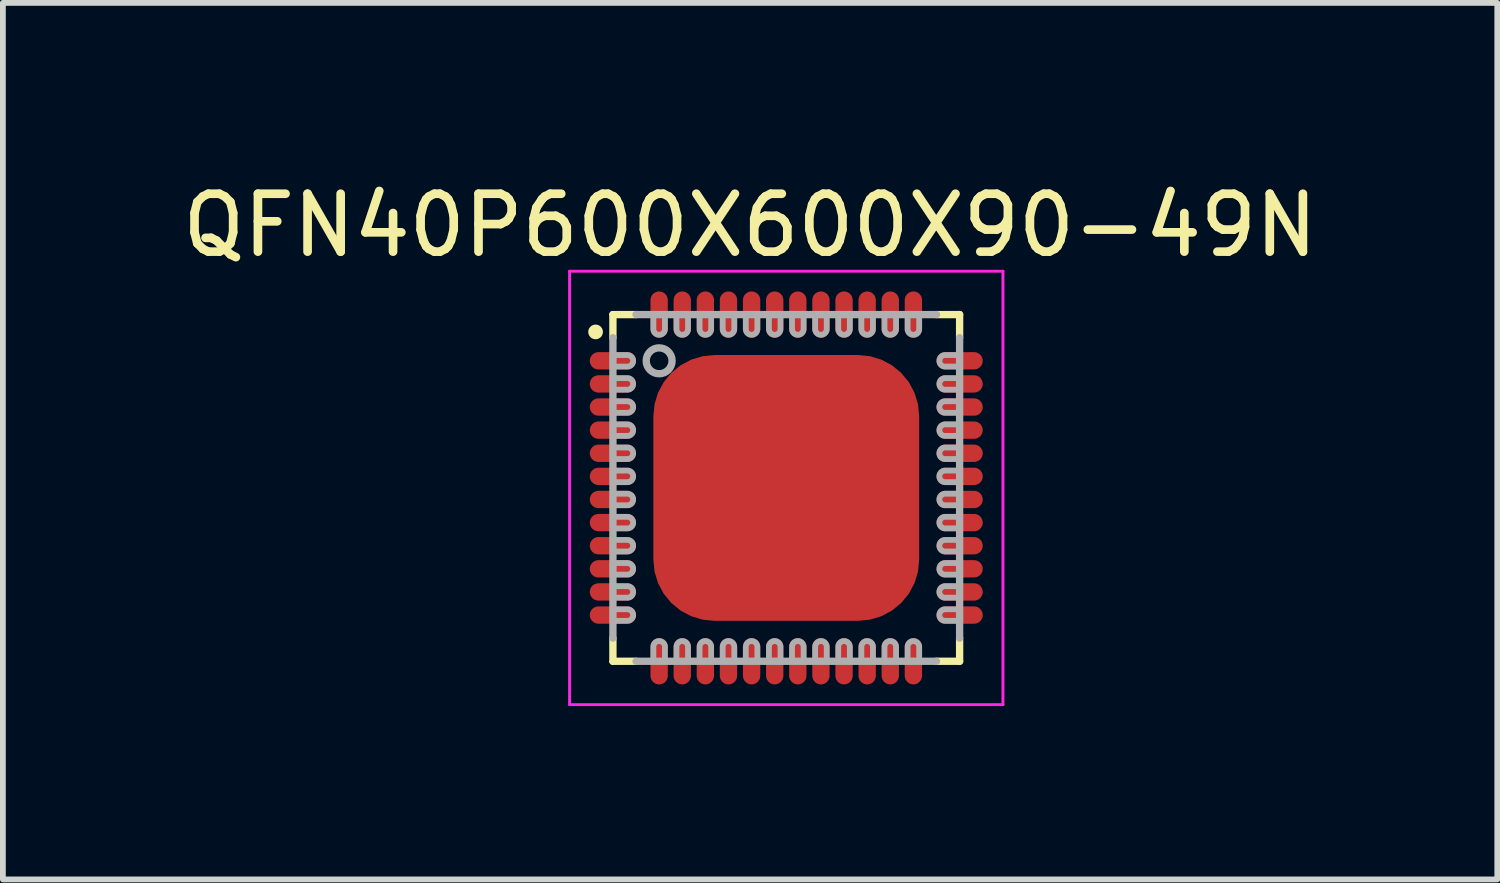
<source format=kicad_pcb>
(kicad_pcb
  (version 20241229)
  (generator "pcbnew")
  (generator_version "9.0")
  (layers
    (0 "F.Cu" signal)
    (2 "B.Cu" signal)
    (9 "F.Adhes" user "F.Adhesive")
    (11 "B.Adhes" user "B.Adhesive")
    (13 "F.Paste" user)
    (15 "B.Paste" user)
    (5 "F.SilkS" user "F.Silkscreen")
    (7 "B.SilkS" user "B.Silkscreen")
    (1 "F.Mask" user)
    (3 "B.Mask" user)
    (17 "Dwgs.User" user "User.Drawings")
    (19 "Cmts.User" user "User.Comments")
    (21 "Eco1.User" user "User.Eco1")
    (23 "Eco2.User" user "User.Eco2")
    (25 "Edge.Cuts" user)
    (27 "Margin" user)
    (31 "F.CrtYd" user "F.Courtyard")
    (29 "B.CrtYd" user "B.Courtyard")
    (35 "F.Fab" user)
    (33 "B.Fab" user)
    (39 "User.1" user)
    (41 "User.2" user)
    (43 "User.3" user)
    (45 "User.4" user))
  (footprint "QFN40P600X600X90-49N"
    (layer "F.Cu")
    (at 10.557 5.394)
    (property "Reference" "QFN40P600X600X90-49N" (at -0.626 -4.545 0) (layer "F.SilkS") (effects (font (size 1.002 1.002) (thickness 0.15))))
    (attr through_hole)
    (fp_poly (pts (xy -3.437 -0.775) (xy -2.575 -0.775) (xy -2.575 -0.426) (xy -3.437 -0.426)) (stroke (width 0.01) (type solid)) (fill yes) (layer "F.Mask"))
    (fp_poly (pts (xy -3.436 0.825) (xy -2.575 0.825) (xy -2.575 1.179) (xy -3.436 1.179)) (stroke (width 0.01) (type solid)) (fill yes) (layer "F.Mask"))
    (fp_poly (pts (xy -3.435 1.225) (xy -2.575 1.225) (xy -2.575 1.58) (xy -3.435 1.58)) (stroke (width 0.01) (type solid)) (fill yes) (layer "F.Mask"))
    (fp_poly (pts (xy -3.435 -0.375) (xy -2.575 -0.375) (xy -2.575 -0.025) (xy -3.435 -0.025)) (stroke (width 0.01) (type solid)) (fill yes) (layer "F.Mask"))
    (fp_poly (pts (xy -3.434 -1.575) (xy -2.575 -1.575) (xy -2.575 -1.228) (xy -3.434 -1.228)) (stroke (width 0.01) (type solid)) (fill yes) (layer "F.Mask"))
    (fp_poly (pts (xy -3.434 0.425) (xy -2.575 0.425) (xy -2.575 0.777) (xy -3.434 0.777)) (stroke (width 0.01) (type solid)) (fill yes) (layer "F.Mask"))
    (fp_poly (pts (xy -3.434 -1.175) (xy -2.575 -1.175) (xy -2.575 -0.827) (xy -3.434 -0.827)) (stroke (width 0.01) (type solid)) (fill yes) (layer "F.Mask"))
    (fp_poly (pts (xy -3.432 2.025) (xy -2.575 2.025) (xy -2.575 2.38) (xy -3.432 2.38)) (stroke (width 0.01) (type solid)) (fill yes) (layer "F.Mask"))
    (fp_poly (pts (xy -3.431 0.025) (xy -2.575 0.025) (xy -2.575 0.376) (xy -3.431 0.376)) (stroke (width 0.01) (type solid)) (fill yes) (layer "F.Mask"))
    (fp_poly (pts (xy -3.431 1.625) (xy -2.575 1.625) (xy -2.575 1.978) (xy -3.431 1.978)) (stroke (width 0.01) (type solid)) (fill yes) (layer "F.Mask"))
    (fp_poly (pts (xy -3.429 -1.975) (xy -2.575 -1.975) (xy -2.575 -1.627) (xy -3.429 -1.627)) (stroke (width 0.01) (type solid)) (fill yes) (layer "F.Mask"))
    (fp_poly (pts (xy -3.426 -2.375) (xy -2.575 -2.375) (xy -2.575 -2.025) (xy -3.426 -2.025)) (stroke (width 0.01) (type solid)) (fill yes) (layer "F.Mask"))
    (fp_poly (pts (xy -2.631 2.825) (xy -1.775 2.825) (xy -1.775 3.182) (xy -2.631 3.182)) (stroke (width 0.01) (type solid)) (fill yes) (layer "F.Mask"))
    (fp_poly (pts (xy -2.63 -3.175) (xy -1.775 -3.175) (xy -1.775 -2.83) (xy -2.63 -2.83)) (stroke (width 0.01) (type solid)) (fill yes) (layer "F.Mask"))
    (fp_poly (pts (xy -2.23 2.825) (xy -1.375 2.825) (xy -1.375 3.182) (xy -2.23 3.182)) (stroke (width 0.01) (type solid)) (fill yes) (layer "F.Mask"))
    (fp_poly (pts (xy -2.227 -3.175) (xy -1.375 -3.175) (xy -1.375 -2.827) (xy -2.227 -2.827)) (stroke (width 0.01) (type solid)) (fill yes) (layer "F.Mask"))
    (fp_poly (pts (xy -1.829 -3.175) (xy -0.975 -3.175) (xy -0.975 -2.831) (xy -1.829 -2.831)) (stroke (width 0.01) (type solid)) (fill yes) (layer "F.Mask"))
    (fp_poly (pts (xy -1.829 2.825) (xy -0.975 2.825) (xy -0.975 3.181) (xy -1.829 3.181)) (stroke (width 0.01) (type solid)) (fill yes) (layer "F.Mask"))
    (fp_poly (pts (xy -1.429 -3.175) (xy -0.575 -3.175) (xy -0.575 -2.832) (xy -1.429 -2.832)) (stroke (width 0.01) (type solid)) (fill yes) (layer "F.Mask"))
    (fp_poly (pts (xy -1.428 2.825) (xy -0.575 2.825) (xy -0.575 3.181) (xy -1.428 3.181)) (stroke (width 0.01) (type solid)) (fill yes) (layer "F.Mask"))
    (fp_poly (pts (xy -1.027 -3.175) (xy -0.175 -3.175) (xy -0.175 -2.831) (xy -1.027 -2.831)) (stroke (width 0.01) (type solid)) (fill yes) (layer "F.Mask"))
    (fp_poly (pts (xy -1.026 2.825) (xy -0.175 2.825) (xy -0.175 3.177) (xy -1.026 3.177)) (stroke (width 0.01) (type solid)) (fill yes) (layer "F.Mask"))
    (fp_poly (pts (xy -0.626 -3.175) (xy 0.225 -3.175) (xy 0.225 -2.831) (xy -0.626 -2.831)) (stroke (width 0.01) (type solid)) (fill yes) (layer "F.Mask"))
    (fp_poly (pts (xy -0.625 2.825) (xy 0.225 2.825) (xy 0.225 3.177) (xy -0.625 3.177)) (stroke (width 0.01) (type solid)) (fill yes) (layer "F.Mask"))
    (fp_poly (pts (xy -0.225 -3.175) (xy 0.625 -3.175) (xy 0.625 -2.831) (xy -0.225 -2.831)) (stroke (width 0.01) (type solid)) (fill yes) (layer "F.Mask"))
    (fp_poly (pts (xy -0.225 2.825) (xy 0.625 2.825) (xy 0.625 3.181) (xy -0.225 3.181)) (stroke (width 0.01) (type solid)) (fill yes) (layer "F.Mask"))
    (fp_poly (pts (xy 0.175 -3.175) (xy 1.025 -3.175) (xy 1.025 -2.83) (xy 0.175 -2.83)) (stroke (width 0.01) (type solid)) (fill yes) (layer "F.Mask"))
    (fp_poly (pts (xy 0.176 2.825) (xy 1.025 2.825) (xy 1.025 3.185) (xy 0.176 3.185)) (stroke (width 0.01) (type solid)) (fill yes) (layer "F.Mask"))
    (fp_poly (pts (xy 0.576 -3.175) (xy 1.425 -3.175) (xy 1.425 -2.83) (xy 0.576 -2.83)) (stroke (width 0.01) (type solid)) (fill yes) (layer "F.Mask"))
    (fp_poly (pts (xy 0.577 2.825) (xy 1.425 2.825) (xy 1.425 3.184) (xy 0.577 3.184)) (stroke (width 0.01) (type solid)) (fill yes) (layer "F.Mask"))
    (fp_poly (pts (xy 0.976 -3.175) (xy 1.825 -3.175) (xy 1.825 -2.826) (xy 0.976 -2.826)) (stroke (width 0.01) (type solid)) (fill yes) (layer "F.Mask"))
    (fp_poly (pts (xy 0.978 2.825) (xy 1.825 2.825) (xy 1.825 3.185) (xy 0.978 3.185)) (stroke (width 0.01) (type solid)) (fill yes) (layer "F.Mask"))
    (fp_poly (pts (xy 1.376 -3.175) (xy 2.225 -3.175) (xy 2.225 -2.828) (xy 1.376 -2.828)) (stroke (width 0.01) (type solid)) (fill yes) (layer "F.Mask"))
    (fp_poly (pts (xy 1.379 2.825) (xy 2.225 2.825) (xy 2.225 3.185) (xy 1.379 3.185)) (stroke (width 0.01) (type solid)) (fill yes) (layer "F.Mask"))
    (fp_poly (pts (xy 1.778 2.825) (xy 2.625 2.825) (xy 2.625 3.18) (xy 1.778 3.18)) (stroke (width 0.01) (type solid)) (fill yes) (layer "F.Mask"))
    (fp_poly (pts (xy 1.78 -3.175) (xy 2.625 -3.175) (xy 2.625 -2.834) (xy 1.78 -2.834)) (stroke (width 0.01) (type solid)) (fill yes) (layer "F.Mask"))
    (fp_poly (pts (xy 2.576 -2.375) (xy 3.425 -2.375) (xy 3.425 -2.026) (xy 2.576 -2.026)) (stroke (width 0.01) (type solid)) (fill yes) (layer "F.Mask"))
    (fp_poly (pts (xy 2.578 1.625) (xy 3.425 1.625) (xy 3.425 1.977) (xy 2.578 1.977)) (stroke (width 0.01) (type solid)) (fill yes) (layer "F.Mask"))
    (fp_poly (pts (xy 2.578 -0.775) (xy 3.425 -0.775) (xy 3.425 -0.425) (xy 2.578 -0.425)) (stroke (width 0.01) (type solid)) (fill yes) (layer "F.Mask"))
    (fp_poly (pts (xy 2.578 0.825) (xy 3.425 0.825) (xy 3.425 1.177) (xy 2.578 1.177)) (stroke (width 0.01) (type solid)) (fill yes) (layer "F.Mask"))
    (fp_poly (pts (xy 2.579 -1.175) (xy 3.425 -1.175) (xy 3.425 -0.826) (xy 2.579 -0.826)) (stroke (width 0.01) (type solid)) (fill yes) (layer "F.Mask"))
    (fp_poly (pts (xy 2.579 0.425) (xy 3.425 0.425) (xy 3.425 0.776) (xy 2.579 0.776)) (stroke (width 0.01) (type solid)) (fill yes) (layer "F.Mask"))
    (fp_poly (pts (xy 2.579 2.025) (xy 3.425 2.025) (xy 3.425 2.379) (xy 2.579 2.379)) (stroke (width 0.01) (type solid)) (fill yes) (layer "F.Mask"))
    (fp_poly (pts (xy 2.58 -0.375) (xy 3.425 -0.375) (xy 3.425 -0.025) (xy 2.58 -0.025)) (stroke (width 0.01) (type solid)) (fill yes) (layer "F.Mask"))
    (fp_poly (pts (xy 2.581 0.025) (xy 3.425 0.025) (xy 3.425 0.376) (xy 2.581 0.376)) (stroke (width 0.01) (type solid)) (fill yes) (layer "F.Mask"))
    (fp_poly (pts (xy 2.582 1.225) (xy 3.425 1.225) (xy 3.425 1.579) (xy 2.582 1.579)) (stroke (width 0.01) (type solid)) (fill yes) (layer "F.Mask"))
    (fp_poly (pts (xy 2.582 -1.975) (xy 3.425 -1.975) (xy 3.425 -1.63) (xy 2.582 -1.63)) (stroke (width 0.01) (type solid)) (fill yes) (layer "F.Mask"))
    (fp_poly (pts (xy 2.583 -1.575) (xy 3.425 -1.575) (xy 3.425 -1.229) (xy 2.583 -1.229)) (stroke (width 0.01) (type solid)) (fill yes) (layer "F.Mask"))
    (fp_line (start -3 -3) (end -2.6 -3) (stroke (width 0.127) (type solid)) (layer "F.SilkS"))
    (fp_line (start -3 -2.6) (end -3 -3) (stroke (width 0.127) (type solid)) (layer "F.SilkS"))
    (fp_line (start -3 3) (end -3 2.6) (stroke (width 0.127) (type solid)) (layer "F.SilkS"))
    (fp_line (start -2.6 3) (end -3 3) (stroke (width 0.127) (type solid)) (layer "F.SilkS"))
    (fp_line (start 2.6 -3) (end 3 -3) (stroke (width 0.127) (type solid)) (layer "F.SilkS"))
    (fp_line (start 3 -3) (end 3 -2.6) (stroke (width 0.127) (type solid)) (layer "F.SilkS"))
    (fp_line (start 3 2.6) (end 3 3) (stroke (width 0.127) (type solid)) (layer "F.SilkS"))
    (fp_line (start 3 3) (end 2.6 3) (stroke (width 0.127) (type solid)) (layer "F.SilkS"))
    (fp_circle (center -3.3 -2.7) (end -3.173 -2.7) (stroke (width 0) (type solid)) (fill yes) (layer "F.SilkS"))
    (fp_poly (pts (xy -1.455 -1.45) (xy 1.45 -1.45) (xy 1.45 1.455) (xy -1.455 1.455)) (stroke (width 0.01) (type solid)) (fill yes) (layer "F.Paste"))
    (fp_line (start -3.75 -3.75) (end 3.75 -3.75) (stroke (width 0.05) (type solid)) (layer "F.CrtYd"))
    (fp_line (start -3.75 3.75) (end -3.75 -3.75) (stroke (width 0.05) (type solid)) (layer "F.CrtYd"))
    (fp_line (start 3.75 -3.75) (end 3.75 3.75) (stroke (width 0.05) (type solid)) (layer "F.CrtYd"))
    (fp_line (start 3.75 3.75) (end -3.75 3.75) (stroke (width 0.05) (type solid)) (layer "F.CrtYd"))
    (fp_line (start -3 2.6) (end -3 -2.6) (stroke (width 0.127) (type solid)) (layer "F.Fab"))
    (fp_line (start -2.6 -3) (end 2.6 -3) (stroke (width 0.127) (type solid)) (layer "F.Fab"))
    (fp_line (start 2.6 3) (end -2.6 3) (stroke (width 0.127) (type solid)) (layer "F.Fab"))
    (fp_line (start 3 2.6) (end 3 -2.6) (stroke (width 0.127) (type solid)) (layer "F.Fab"))
    (fp_circle (center -2.2 -2.2) (end -1.976 -2.2) (stroke (width 0.127) (type solid)) (fill no) (layer "F.Fab"))
    (fp_poly (pts (xy -3 -2.3) (xy -2.75 -2.3) (xy -2.745 -2.3) (xy -2.74 -2.299) (xy -2.734 -2.299) (xy -2.729 -2.298) (xy -2.724 -2.297) (xy -2.719 -2.295) (xy -2.714 -2.293) (xy -2.709 -2.291) (xy -2.705 -2.289) (xy -2.7 -2.287) (xy -2.696 -2.284) (xy -2.691 -2.281) (xy -2.687 -2.278) (xy -2.683 -2.274) (xy -2.679 -2.271) (xy -2.676 -2.267) (xy -2.672 -2.263) (xy -2.669 -2.259) (xy -2.666 -2.254) (xy -2.663 -2.25) (xy -2.661 -2.245) (xy -2.659 -2.241) (xy -2.657 -2.236) (xy -2.655 -2.231) (xy -2.653 -2.226) (xy -2.652 -2.221) (xy -2.651 -2.216) (xy -2.651 -2.21) (xy -2.65 -2.205) (xy -2.65 -2.2) (xy -2.65 -2.195) (xy -2.651 -2.19) (xy -2.651 -2.184) (xy -2.652 -2.179) (xy -2.653 -2.174) (xy -2.655 -2.169) (xy -2.657 -2.164) (xy -2.659 -2.159) (xy -2.661 -2.155) (xy -2.663 -2.15) (xy -2.666 -2.146) (xy -2.669 -2.141) (xy -2.672 -2.137) (xy -2.676 -2.133) (xy -2.679 -2.129) (xy -2.683 -2.126) (xy -2.687 -2.122) (xy -2.691 -2.119) (xy -2.696 -2.116) (xy -2.7 -2.113) (xy -2.705 -2.111) (xy -2.709 -2.109) (xy -2.714 -2.107) (xy -2.719 -2.105) (xy -2.724 -2.103) (xy -2.729 -2.102) (xy -2.734 -2.101) (xy -2.74 -2.101) (xy -2.745 -2.1) (xy -2.75 -2.1) (xy -3 -2.1) (xy -3 -2.3)) (stroke (width 0.1) (type solid)) (fill no) (layer "F.Fab"))
    (fp_poly (pts (xy -3 -1.9) (xy -2.75 -1.9) (xy -2.745 -1.9) (xy -2.74 -1.899) (xy -2.734 -1.899) (xy -2.729 -1.898) (xy -2.724 -1.897) (xy -2.719 -1.895) (xy -2.714 -1.893) (xy -2.709 -1.891) (xy -2.705 -1.889) (xy -2.7 -1.887) (xy -2.696 -1.884) (xy -2.691 -1.881) (xy -2.687 -1.878) (xy -2.683 -1.874) (xy -2.679 -1.871) (xy -2.676 -1.867) (xy -2.672 -1.863) (xy -2.669 -1.859) (xy -2.666 -1.854) (xy -2.663 -1.85) (xy -2.661 -1.845) (xy -2.659 -1.841) (xy -2.657 -1.836) (xy -2.655 -1.831) (xy -2.653 -1.826) (xy -2.652 -1.821) (xy -2.651 -1.816) (xy -2.651 -1.81) (xy -2.65 -1.805) (xy -2.65 -1.8) (xy -2.65 -1.795) (xy -2.651 -1.79) (xy -2.651 -1.784) (xy -2.652 -1.779) (xy -2.653 -1.774) (xy -2.655 -1.769) (xy -2.657 -1.764) (xy -2.659 -1.759) (xy -2.661 -1.755) (xy -2.663 -1.75) (xy -2.666 -1.746) (xy -2.669 -1.741) (xy -2.672 -1.737) (xy -2.676 -1.733) (xy -2.679 -1.729) (xy -2.683 -1.726) (xy -2.687 -1.722) (xy -2.691 -1.719) (xy -2.696 -1.716) (xy -2.7 -1.713) (xy -2.705 -1.711) (xy -2.709 -1.709) (xy -2.714 -1.707) (xy -2.719 -1.705) (xy -2.724 -1.703) (xy -2.729 -1.702) (xy -2.734 -1.701) (xy -2.74 -1.701) (xy -2.745 -1.7) (xy -2.75 -1.7) (xy -3 -1.7) (xy -3 -1.9)) (stroke (width 0.1) (type solid)) (fill no) (layer "F.Fab"))
    (fp_poly (pts (xy -3 -1.5) (xy -2.75 -1.5) (xy -2.745 -1.5) (xy -2.74 -1.499) (xy -2.734 -1.499) (xy -2.729 -1.498) (xy -2.724 -1.497) (xy -2.719 -1.495) (xy -2.714 -1.493) (xy -2.709 -1.491) (xy -2.705 -1.489) (xy -2.7 -1.487) (xy -2.696 -1.484) (xy -2.691 -1.481) (xy -2.687 -1.478) (xy -2.683 -1.474) (xy -2.679 -1.471) (xy -2.676 -1.467) (xy -2.672 -1.463) (xy -2.669 -1.459) (xy -2.666 -1.454) (xy -2.663 -1.45) (xy -2.661 -1.445) (xy -2.659 -1.441) (xy -2.657 -1.436) (xy -2.655 -1.431) (xy -2.653 -1.426) (xy -2.652 -1.421) (xy -2.651 -1.416) (xy -2.651 -1.41) (xy -2.65 -1.405) (xy -2.65 -1.4) (xy -2.65 -1.395) (xy -2.651 -1.39) (xy -2.651 -1.384) (xy -2.652 -1.379) (xy -2.653 -1.374) (xy -2.655 -1.369) (xy -2.657 -1.364) (xy -2.659 -1.359) (xy -2.661 -1.355) (xy -2.663 -1.35) (xy -2.666 -1.346) (xy -2.669 -1.341) (xy -2.672 -1.337) (xy -2.676 -1.333) (xy -2.679 -1.329) (xy -2.683 -1.326) (xy -2.687 -1.322) (xy -2.691 -1.319) (xy -2.696 -1.316) (xy -2.7 -1.313) (xy -2.705 -1.311) (xy -2.709 -1.309) (xy -2.714 -1.307) (xy -2.719 -1.305) (xy -2.724 -1.303) (xy -2.729 -1.302) (xy -2.734 -1.301) (xy -2.74 -1.301) (xy -2.745 -1.3) (xy -2.75 -1.3) (xy -3 -1.3) (xy -3 -1.5)) (stroke (width 0.1) (type solid)) (fill no) (layer "F.Fab"))
    (fp_poly (pts (xy -3 -1.1) (xy -2.75 -1.1) (xy -2.745 -1.1) (xy -2.74 -1.099) (xy -2.734 -1.099) (xy -2.729 -1.098) (xy -2.724 -1.097) (xy -2.719 -1.095) (xy -2.714 -1.093) (xy -2.709 -1.091) (xy -2.705 -1.089) (xy -2.7 -1.087) (xy -2.696 -1.084) (xy -2.691 -1.081) (xy -2.687 -1.078) (xy -2.683 -1.074) (xy -2.679 -1.071) (xy -2.676 -1.067) (xy -2.672 -1.063) (xy -2.669 -1.059) (xy -2.666 -1.054) (xy -2.663 -1.05) (xy -2.661 -1.045) (xy -2.659 -1.041) (xy -2.657 -1.036) (xy -2.655 -1.031) (xy -2.653 -1.026) (xy -2.652 -1.021) (xy -2.651 -1.016) (xy -2.651 -1.01) (xy -2.65 -1.005) (xy -2.65 -1) (xy -2.65 -0.995) (xy -2.651 -0.99) (xy -2.651 -0.984) (xy -2.652 -0.979) (xy -2.653 -0.974) (xy -2.655 -0.969) (xy -2.657 -0.964) (xy -2.659 -0.959) (xy -2.661 -0.955) (xy -2.663 -0.95) (xy -2.666 -0.946) (xy -2.669 -0.941) (xy -2.672 -0.937) (xy -2.676 -0.933) (xy -2.679 -0.929) (xy -2.683 -0.926) (xy -2.687 -0.922) (xy -2.691 -0.919) (xy -2.696 -0.916) (xy -2.7 -0.913) (xy -2.705 -0.911) (xy -2.709 -0.909) (xy -2.714 -0.907) (xy -2.719 -0.905) (xy -2.724 -0.903) (xy -2.729 -0.902) (xy -2.734 -0.901) (xy -2.74 -0.901) (xy -2.745 -0.9) (xy -2.75 -0.9) (xy -3 -0.9) (xy -3 -1.1)) (stroke (width 0.1) (type solid)) (fill no) (layer "F.Fab"))
    (fp_poly (pts (xy -3 -0.7) (xy -2.75 -0.7) (xy -2.745 -0.7) (xy -2.74 -0.699) (xy -2.734 -0.699) (xy -2.729 -0.698) (xy -2.724 -0.697) (xy -2.719 -0.695) (xy -2.714 -0.693) (xy -2.709 -0.691) (xy -2.705 -0.689) (xy -2.7 -0.687) (xy -2.696 -0.684) (xy -2.691 -0.681) (xy -2.687 -0.678) (xy -2.683 -0.674) (xy -2.679 -0.671) (xy -2.676 -0.667) (xy -2.672 -0.663) (xy -2.669 -0.659) (xy -2.666 -0.654) (xy -2.663 -0.65) (xy -2.661 -0.645) (xy -2.659 -0.641) (xy -2.657 -0.636) (xy -2.655 -0.631) (xy -2.653 -0.626) (xy -2.652 -0.621) (xy -2.651 -0.616) (xy -2.651 -0.61) (xy -2.65 -0.605) (xy -2.65 -0.6) (xy -2.65 -0.595) (xy -2.651 -0.59) (xy -2.651 -0.584) (xy -2.652 -0.579) (xy -2.653 -0.574) (xy -2.655 -0.569) (xy -2.657 -0.564) (xy -2.659 -0.559) (xy -2.661 -0.555) (xy -2.663 -0.55) (xy -2.666 -0.546) (xy -2.669 -0.541) (xy -2.672 -0.537) (xy -2.676 -0.533) (xy -2.679 -0.529) (xy -2.683 -0.526) (xy -2.687 -0.522) (xy -2.691 -0.519) (xy -2.696 -0.516) (xy -2.7 -0.513) (xy -2.705 -0.511) (xy -2.709 -0.509) (xy -2.714 -0.507) (xy -2.719 -0.505) (xy -2.724 -0.503) (xy -2.729 -0.502) (xy -2.734 -0.501) (xy -2.74 -0.501) (xy -2.745 -0.5) (xy -2.75 -0.5) (xy -3 -0.5) (xy -3 -0.7)) (stroke (width 0.1) (type solid)) (fill no) (layer "F.Fab"))
    (fp_poly (pts (xy -3 -0.3) (xy -2.75 -0.3) (xy -2.745 -0.3) (xy -2.74 -0.299) (xy -2.734 -0.299) (xy -2.729 -0.298) (xy -2.724 -0.297) (xy -2.719 -0.295) (xy -2.714 -0.293) (xy -2.709 -0.291) (xy -2.705 -0.289) (xy -2.7 -0.287) (xy -2.696 -0.284) (xy -2.691 -0.281) (xy -2.687 -0.278) (xy -2.683 -0.274) (xy -2.679 -0.271) (xy -2.676 -0.267) (xy -2.672 -0.263) (xy -2.669 -0.259) (xy -2.666 -0.254) (xy -2.663 -0.25) (xy -2.661 -0.245) (xy -2.659 -0.241) (xy -2.657 -0.236) (xy -2.655 -0.231) (xy -2.653 -0.226) (xy -2.652 -0.221) (xy -2.651 -0.216) (xy -2.651 -0.21) (xy -2.65 -0.205) (xy -2.65 -0.2) (xy -2.65 -0.195) (xy -2.651 -0.19) (xy -2.651 -0.184) (xy -2.652 -0.179) (xy -2.653 -0.174) (xy -2.655 -0.169) (xy -2.657 -0.164) (xy -2.659 -0.159) (xy -2.661 -0.155) (xy -2.663 -0.15) (xy -2.666 -0.146) (xy -2.669 -0.141) (xy -2.672 -0.137) (xy -2.676 -0.133) (xy -2.679 -0.129) (xy -2.683 -0.126) (xy -2.687 -0.122) (xy -2.691 -0.119) (xy -2.696 -0.116) (xy -2.7 -0.113) (xy -2.705 -0.111) (xy -2.709 -0.109) (xy -2.714 -0.107) (xy -2.719 -0.105) (xy -2.724 -0.103) (xy -2.729 -0.102) (xy -2.734 -0.101) (xy -2.74 -0.101) (xy -2.745 -0.1) (xy -2.75 -0.1) (xy -3 -0.1) (xy -3 -0.3)) (stroke (width 0.1) (type solid)) (fill no) (layer "F.Fab"))
    (fp_poly (pts (xy -3 0.1) (xy -2.75 0.1) (xy -2.745 0.1) (xy -2.74 0.101) (xy -2.734 0.101) (xy -2.729 0.102) (xy -2.724 0.103) (xy -2.719 0.105) (xy -2.714 0.107) (xy -2.709 0.109) (xy -2.705 0.111) (xy -2.7 0.113) (xy -2.696 0.116) (xy -2.691 0.119) (xy -2.687 0.122) (xy -2.683 0.126) (xy -2.679 0.129) (xy -2.676 0.133) (xy -2.672 0.137) (xy -2.669 0.141) (xy -2.666 0.146) (xy -2.663 0.15) (xy -2.661 0.155) (xy -2.659 0.159) (xy -2.657 0.164) (xy -2.655 0.169) (xy -2.653 0.174) (xy -2.652 0.179) (xy -2.651 0.184) (xy -2.651 0.19) (xy -2.65 0.195) (xy -2.65 0.2) (xy -2.65 0.205) (xy -2.651 0.21) (xy -2.651 0.216) (xy -2.652 0.221) (xy -2.653 0.226) (xy -2.655 0.231) (xy -2.657 0.236) (xy -2.659 0.241) (xy -2.661 0.245) (xy -2.663 0.25) (xy -2.666 0.254) (xy -2.669 0.259) (xy -2.672 0.263) (xy -2.676 0.267) (xy -2.679 0.271) (xy -2.683 0.274) (xy -2.687 0.278) (xy -2.691 0.281) (xy -2.696 0.284) (xy -2.7 0.287) (xy -2.705 0.289) (xy -2.709 0.291) (xy -2.714 0.293) (xy -2.719 0.295) (xy -2.724 0.297) (xy -2.729 0.298) (xy -2.734 0.299) (xy -2.74 0.299) (xy -2.745 0.3) (xy -2.75 0.3) (xy -3 0.3) (xy -3 0.1)) (stroke (width 0.1) (type solid)) (fill no) (layer "F.Fab"))
    (fp_poly (pts (xy -3 0.5) (xy -2.75 0.5) (xy -2.745 0.5) (xy -2.74 0.501) (xy -2.734 0.501) (xy -2.729 0.502) (xy -2.724 0.503) (xy -2.719 0.505) (xy -2.714 0.507) (xy -2.709 0.509) (xy -2.705 0.511) (xy -2.7 0.513) (xy -2.696 0.516) (xy -2.691 0.519) (xy -2.687 0.522) (xy -2.683 0.526) (xy -2.679 0.529) (xy -2.676 0.533) (xy -2.672 0.537) (xy -2.669 0.541) (xy -2.666 0.546) (xy -2.663 0.55) (xy -2.661 0.555) (xy -2.659 0.559) (xy -2.657 0.564) (xy -2.655 0.569) (xy -2.653 0.574) (xy -2.652 0.579) (xy -2.651 0.584) (xy -2.651 0.59) (xy -2.65 0.595) (xy -2.65 0.6) (xy -2.65 0.605) (xy -2.651 0.61) (xy -2.651 0.616) (xy -2.652 0.621) (xy -2.653 0.626) (xy -2.655 0.631) (xy -2.657 0.636) (xy -2.659 0.641) (xy -2.661 0.645) (xy -2.663 0.65) (xy -2.666 0.654) (xy -2.669 0.659) (xy -2.672 0.663) (xy -2.676 0.667) (xy -2.679 0.671) (xy -2.683 0.674) (xy -2.687 0.678) (xy -2.691 0.681) (xy -2.696 0.684) (xy -2.7 0.687) (xy -2.705 0.689) (xy -2.709 0.691) (xy -2.714 0.693) (xy -2.719 0.695) (xy -2.724 0.697) (xy -2.729 0.698) (xy -2.734 0.699) (xy -2.74 0.699) (xy -2.745 0.7) (xy -2.75 0.7) (xy -3 0.7) (xy -3 0.5)) (stroke (width 0.1) (type solid)) (fill no) (layer "F.Fab"))
    (fp_poly (pts (xy -3 0.9) (xy -2.75 0.9) (xy -2.745 0.9) (xy -2.74 0.901) (xy -2.734 0.901) (xy -2.729 0.902) (xy -2.724 0.903) (xy -2.719 0.905) (xy -2.714 0.907) (xy -2.709 0.909) (xy -2.705 0.911) (xy -2.7 0.913) (xy -2.696 0.916) (xy -2.691 0.919) (xy -2.687 0.922) (xy -2.683 0.926) (xy -2.679 0.929) (xy -2.676 0.933) (xy -2.672 0.937) (xy -2.669 0.941) (xy -2.666 0.946) (xy -2.663 0.95) (xy -2.661 0.955) (xy -2.659 0.959) (xy -2.657 0.964) (xy -2.655 0.969) (xy -2.653 0.974) (xy -2.652 0.979) (xy -2.651 0.984) (xy -2.651 0.99) (xy -2.65 0.995) (xy -2.65 1) (xy -2.65 1.005) (xy -2.651 1.01) (xy -2.651 1.016) (xy -2.652 1.021) (xy -2.653 1.026) (xy -2.655 1.031) (xy -2.657 1.036) (xy -2.659 1.041) (xy -2.661 1.045) (xy -2.663 1.05) (xy -2.666 1.054) (xy -2.669 1.059) (xy -2.672 1.063) (xy -2.676 1.067) (xy -2.679 1.071) (xy -2.683 1.074) (xy -2.687 1.078) (xy -2.691 1.081) (xy -2.696 1.084) (xy -2.7 1.087) (xy -2.705 1.089) (xy -2.709 1.091) (xy -2.714 1.093) (xy -2.719 1.095) (xy -2.724 1.097) (xy -2.729 1.098) (xy -2.734 1.099) (xy -2.74 1.099) (xy -2.745 1.1) (xy -2.75 1.1) (xy -3 1.1) (xy -3 0.9)) (stroke (width 0.1) (type solid)) (fill no) (layer "F.Fab"))
    (fp_poly (pts (xy -3 1.3) (xy -2.75 1.3) (xy -2.745 1.3) (xy -2.74 1.301) (xy -2.734 1.301) (xy -2.729 1.302) (xy -2.724 1.303) (xy -2.719 1.305) (xy -2.714 1.307) (xy -2.709 1.309) (xy -2.705 1.311) (xy -2.7 1.313) (xy -2.696 1.316) (xy -2.691 1.319) (xy -2.687 1.322) (xy -2.683 1.326) (xy -2.679 1.329) (xy -2.676 1.333) (xy -2.672 1.337) (xy -2.669 1.341) (xy -2.666 1.346) (xy -2.663 1.35) (xy -2.661 1.355) (xy -2.659 1.359) (xy -2.657 1.364) (xy -2.655 1.369) (xy -2.653 1.374) (xy -2.652 1.379) (xy -2.651 1.384) (xy -2.651 1.39) (xy -2.65 1.395) (xy -2.65 1.4) (xy -2.65 1.405) (xy -2.651 1.41) (xy -2.651 1.416) (xy -2.652 1.421) (xy -2.653 1.426) (xy -2.655 1.431) (xy -2.657 1.436) (xy -2.659 1.441) (xy -2.661 1.445) (xy -2.663 1.45) (xy -2.666 1.454) (xy -2.669 1.459) (xy -2.672 1.463) (xy -2.676 1.467) (xy -2.679 1.471) (xy -2.683 1.474) (xy -2.687 1.478) (xy -2.691 1.481) (xy -2.696 1.484) (xy -2.7 1.487) (xy -2.705 1.489) (xy -2.709 1.491) (xy -2.714 1.493) (xy -2.719 1.495) (xy -2.724 1.497) (xy -2.729 1.498) (xy -2.734 1.499) (xy -2.74 1.499) (xy -2.745 1.5) (xy -2.75 1.5) (xy -3 1.5) (xy -3 1.3)) (stroke (width 0.1) (type solid)) (fill no) (layer "F.Fab"))
    (fp_poly (pts (xy -3 1.7) (xy -2.75 1.7) (xy -2.745 1.7) (xy -2.74 1.701) (xy -2.734 1.701) (xy -2.729 1.702) (xy -2.724 1.703) (xy -2.719 1.705) (xy -2.714 1.707) (xy -2.709 1.709) (xy -2.705 1.711) (xy -2.7 1.713) (xy -2.696 1.716) (xy -2.691 1.719) (xy -2.687 1.722) (xy -2.683 1.726) (xy -2.679 1.729) (xy -2.676 1.733) (xy -2.672 1.737) (xy -2.669 1.741) (xy -2.666 1.746) (xy -2.663 1.75) (xy -2.661 1.755) (xy -2.659 1.759) (xy -2.657 1.764) (xy -2.655 1.769) (xy -2.653 1.774) (xy -2.652 1.779) (xy -2.651 1.784) (xy -2.651 1.79) (xy -2.65 1.795) (xy -2.65 1.8) (xy -2.65 1.805) (xy -2.651 1.81) (xy -2.651 1.816) (xy -2.652 1.821) (xy -2.653 1.826) (xy -2.655 1.831) (xy -2.657 1.836) (xy -2.659 1.841) (xy -2.661 1.845) (xy -2.663 1.85) (xy -2.666 1.854) (xy -2.669 1.859) (xy -2.672 1.863) (xy -2.676 1.867) (xy -2.679 1.871) (xy -2.683 1.874) (xy -2.687 1.878) (xy -2.691 1.881) (xy -2.696 1.884) (xy -2.7 1.887) (xy -2.705 1.889) (xy -2.709 1.891) (xy -2.714 1.893) (xy -2.719 1.895) (xy -2.724 1.897) (xy -2.729 1.898) (xy -2.734 1.899) (xy -2.74 1.899) (xy -2.745 1.9) (xy -2.75 1.9) (xy -3 1.9) (xy -3 1.7)) (stroke (width 0.1) (type solid)) (fill no) (layer "F.Fab"))
    (fp_poly (pts (xy -3 2.1) (xy -2.75 2.1) (xy -2.745 2.1) (xy -2.74 2.101) (xy -2.734 2.101) (xy -2.729 2.102) (xy -2.724 2.103) (xy -2.719 2.105) (xy -2.714 2.107) (xy -2.709 2.109) (xy -2.705 2.111) (xy -2.7 2.113) (xy -2.696 2.116) (xy -2.691 2.119) (xy -2.687 2.122) (xy -2.683 2.126) (xy -2.679 2.129) (xy -2.676 2.133) (xy -2.672 2.137) (xy -2.669 2.141) (xy -2.666 2.146) (xy -2.663 2.15) (xy -2.661 2.155) (xy -2.659 2.159) (xy -2.657 2.164) (xy -2.655 2.169) (xy -2.653 2.174) (xy -2.652 2.179) (xy -2.651 2.184) (xy -2.651 2.19) (xy -2.65 2.195) (xy -2.65 2.2) (xy -2.65 2.205) (xy -2.651 2.21) (xy -2.651 2.216) (xy -2.652 2.221) (xy -2.653 2.226) (xy -2.655 2.231) (xy -2.657 2.236) (xy -2.659 2.241) (xy -2.661 2.245) (xy -2.663 2.25) (xy -2.666 2.254) (xy -2.669 2.259) (xy -2.672 2.263) (xy -2.676 2.267) (xy -2.679 2.271) (xy -2.683 2.274) (xy -2.687 2.278) (xy -2.691 2.281) (xy -2.696 2.284) (xy -2.7 2.287) (xy -2.705 2.289) (xy -2.709 2.291) (xy -2.714 2.293) (xy -2.719 2.295) (xy -2.724 2.297) (xy -2.729 2.298) (xy -2.734 2.299) (xy -2.74 2.299) (xy -2.745 2.3) (xy -2.75 2.3) (xy -3 2.3) (xy -3 2.1)) (stroke (width 0.1) (type solid)) (fill no) (layer "F.Fab"))
    (fp_poly (pts (xy -2.3 3) (xy -2.3 2.75) (xy -2.3 2.745) (xy -2.299 2.74) (xy -2.299 2.734) (xy -2.298 2.729) (xy -2.297 2.724) (xy -2.295 2.719) (xy -2.293 2.714) (xy -2.291 2.709) (xy -2.289 2.705) (xy -2.287 2.7) (xy -2.284 2.696) (xy -2.281 2.691) (xy -2.278 2.687) (xy -2.274 2.683) (xy -2.271 2.679) (xy -2.267 2.676) (xy -2.263 2.672) (xy -2.259 2.669) (xy -2.254 2.666) (xy -2.25 2.663) (xy -2.245 2.661) (xy -2.241 2.659) (xy -2.236 2.657) (xy -2.231 2.655) (xy -2.226 2.653) (xy -2.221 2.652) (xy -2.216 2.651) (xy -2.21 2.651) (xy -2.205 2.65) (xy -2.2 2.65) (xy -2.195 2.65) (xy -2.19 2.651) (xy -2.184 2.651) (xy -2.179 2.652) (xy -2.174 2.653) (xy -2.169 2.655) (xy -2.164 2.657) (xy -2.159 2.659) (xy -2.155 2.661) (xy -2.15 2.663) (xy -2.146 2.666) (xy -2.141 2.669) (xy -2.137 2.672) (xy -2.133 2.676) (xy -2.129 2.679) (xy -2.126 2.683) (xy -2.122 2.687) (xy -2.119 2.691) (xy -2.116 2.696) (xy -2.113 2.7) (xy -2.111 2.705) (xy -2.109 2.709) (xy -2.107 2.714) (xy -2.105 2.719) (xy -2.103 2.724) (xy -2.102 2.729) (xy -2.101 2.734) (xy -2.101 2.74) (xy -2.1 2.745) (xy -2.1 2.75) (xy -2.1 3) (xy -2.3 3)) (stroke (width 0.1) (type solid)) (fill no) (layer "F.Fab"))
    (fp_poly (pts (xy -2.1 -3) (xy -2.1 -2.75) (xy -2.1 -2.745) (xy -2.101 -2.74) (xy -2.101 -2.734) (xy -2.102 -2.729) (xy -2.103 -2.724) (xy -2.105 -2.719) (xy -2.107 -2.714) (xy -2.109 -2.709) (xy -2.111 -2.705) (xy -2.113 -2.7) (xy -2.116 -2.696) (xy -2.119 -2.691) (xy -2.122 -2.687) (xy -2.126 -2.683) (xy -2.129 -2.679) (xy -2.133 -2.676) (xy -2.137 -2.672) (xy -2.141 -2.669) (xy -2.146 -2.666) (xy -2.15 -2.663) (xy -2.155 -2.661) (xy -2.159 -2.659) (xy -2.164 -2.657) (xy -2.169 -2.655) (xy -2.174 -2.653) (xy -2.179 -2.652) (xy -2.184 -2.651) (xy -2.19 -2.651) (xy -2.195 -2.65) (xy -2.2 -2.65) (xy -2.205 -2.65) (xy -2.21 -2.651) (xy -2.216 -2.651) (xy -2.221 -2.652) (xy -2.226 -2.653) (xy -2.231 -2.655) (xy -2.236 -2.657) (xy -2.241 -2.659) (xy -2.245 -2.661) (xy -2.25 -2.663) (xy -2.254 -2.666) (xy -2.259 -2.669) (xy -2.263 -2.672) (xy -2.267 -2.676) (xy -2.271 -2.679) (xy -2.274 -2.683) (xy -2.278 -2.687) (xy -2.281 -2.691) (xy -2.284 -2.696) (xy -2.287 -2.7) (xy -2.289 -2.705) (xy -2.291 -2.709) (xy -2.293 -2.714) (xy -2.295 -2.719) (xy -2.297 -2.724) (xy -2.298 -2.729) (xy -2.299 -2.734) (xy -2.299 -2.74) (xy -2.3 -2.745) (xy -2.3 -2.75) (xy -2.3 -3) (xy -2.1 -3)) (stroke (width 0.1) (type solid)) (fill no) (layer "F.Fab"))
    (fp_poly (pts (xy -1.9 3) (xy -1.9 2.75) (xy -1.9 2.745) (xy -1.899 2.74) (xy -1.899 2.734) (xy -1.898 2.729) (xy -1.897 2.724) (xy -1.895 2.719) (xy -1.893 2.714) (xy -1.891 2.709) (xy -1.889 2.705) (xy -1.887 2.7) (xy -1.884 2.696) (xy -1.881 2.691) (xy -1.878 2.687) (xy -1.874 2.683) (xy -1.871 2.679) (xy -1.867 2.676) (xy -1.863 2.672) (xy -1.859 2.669) (xy -1.854 2.666) (xy -1.85 2.663) (xy -1.845 2.661) (xy -1.841 2.659) (xy -1.836 2.657) (xy -1.831 2.655) (xy -1.826 2.653) (xy -1.821 2.652) (xy -1.816 2.651) (xy -1.81 2.651) (xy -1.805 2.65) (xy -1.8 2.65) (xy -1.795 2.65) (xy -1.79 2.651) (xy -1.784 2.651) (xy -1.779 2.652) (xy -1.774 2.653) (xy -1.769 2.655) (xy -1.764 2.657) (xy -1.759 2.659) (xy -1.755 2.661) (xy -1.75 2.663) (xy -1.746 2.666) (xy -1.741 2.669) (xy -1.737 2.672) (xy -1.733 2.676) (xy -1.729 2.679) (xy -1.726 2.683) (xy -1.722 2.687) (xy -1.719 2.691) (xy -1.716 2.696) (xy -1.713 2.7) (xy -1.711 2.705) (xy -1.709 2.709) (xy -1.707 2.714) (xy -1.705 2.719) (xy -1.703 2.724) (xy -1.702 2.729) (xy -1.701 2.734) (xy -1.701 2.74) (xy -1.7 2.745) (xy -1.7 2.75) (xy -1.7 3) (xy -1.9 3)) (stroke (width 0.1) (type solid)) (fill no) (layer "F.Fab"))
    (fp_poly (pts (xy -1.7 -3) (xy -1.7 -2.75) (xy -1.7 -2.745) (xy -1.701 -2.74) (xy -1.701 -2.734) (xy -1.702 -2.729) (xy -1.703 -2.724) (xy -1.705 -2.719) (xy -1.707 -2.714) (xy -1.709 -2.709) (xy -1.711 -2.705) (xy -1.713 -2.7) (xy -1.716 -2.696) (xy -1.719 -2.691) (xy -1.722 -2.687) (xy -1.726 -2.683) (xy -1.729 -2.679) (xy -1.733 -2.676) (xy -1.737 -2.672) (xy -1.741 -2.669) (xy -1.746 -2.666) (xy -1.75 -2.663) (xy -1.755 -2.661) (xy -1.759 -2.659) (xy -1.764 -2.657) (xy -1.769 -2.655) (xy -1.774 -2.653) (xy -1.779 -2.652) (xy -1.784 -2.651) (xy -1.79 -2.651) (xy -1.795 -2.65) (xy -1.8 -2.65) (xy -1.805 -2.65) (xy -1.81 -2.651) (xy -1.816 -2.651) (xy -1.821 -2.652) (xy -1.826 -2.653) (xy -1.831 -2.655) (xy -1.836 -2.657) (xy -1.841 -2.659) (xy -1.845 -2.661) (xy -1.85 -2.663) (xy -1.854 -2.666) (xy -1.859 -2.669) (xy -1.863 -2.672) (xy -1.867 -2.676) (xy -1.871 -2.679) (xy -1.874 -2.683) (xy -1.878 -2.687) (xy -1.881 -2.691) (xy -1.884 -2.696) (xy -1.887 -2.7) (xy -1.889 -2.705) (xy -1.891 -2.709) (xy -1.893 -2.714) (xy -1.895 -2.719) (xy -1.897 -2.724) (xy -1.898 -2.729) (xy -1.899 -2.734) (xy -1.899 -2.74) (xy -1.9 -2.745) (xy -1.9 -2.75) (xy -1.9 -3) (xy -1.7 -3)) (stroke (width 0.1) (type solid)) (fill no) (layer "F.Fab"))
    (fp_poly (pts (xy -1.5 3) (xy -1.5 2.75) (xy -1.5 2.745) (xy -1.499 2.74) (xy -1.499 2.734) (xy -1.498 2.729) (xy -1.497 2.724) (xy -1.495 2.719) (xy -1.493 2.714) (xy -1.491 2.709) (xy -1.489 2.705) (xy -1.487 2.7) (xy -1.484 2.696) (xy -1.481 2.691) (xy -1.478 2.687) (xy -1.474 2.683) (xy -1.471 2.679) (xy -1.467 2.676) (xy -1.463 2.672) (xy -1.459 2.669) (xy -1.454 2.666) (xy -1.45 2.663) (xy -1.445 2.661) (xy -1.441 2.659) (xy -1.436 2.657) (xy -1.431 2.655) (xy -1.426 2.653) (xy -1.421 2.652) (xy -1.416 2.651) (xy -1.41 2.651) (xy -1.405 2.65) (xy -1.4 2.65) (xy -1.395 2.65) (xy -1.39 2.651) (xy -1.384 2.651) (xy -1.379 2.652) (xy -1.374 2.653) (xy -1.369 2.655) (xy -1.364 2.657) (xy -1.359 2.659) (xy -1.355 2.661) (xy -1.35 2.663) (xy -1.346 2.666) (xy -1.341 2.669) (xy -1.337 2.672) (xy -1.333 2.676) (xy -1.329 2.679) (xy -1.326 2.683) (xy -1.322 2.687) (xy -1.319 2.691) (xy -1.316 2.696) (xy -1.313 2.7) (xy -1.311 2.705) (xy -1.309 2.709) (xy -1.307 2.714) (xy -1.305 2.719) (xy -1.303 2.724) (xy -1.302 2.729) (xy -1.301 2.734) (xy -1.301 2.74) (xy -1.3 2.745) (xy -1.3 2.75) (xy -1.3 3) (xy -1.5 3)) (stroke (width 0.1) (type solid)) (fill no) (layer "F.Fab"))
    (fp_poly (pts (xy -1.3 -3) (xy -1.3 -2.75) (xy -1.3 -2.745) (xy -1.301 -2.74) (xy -1.301 -2.734) (xy -1.302 -2.729) (xy -1.303 -2.724) (xy -1.305 -2.719) (xy -1.307 -2.714) (xy -1.309 -2.709) (xy -1.311 -2.705) (xy -1.313 -2.7) (xy -1.316 -2.696) (xy -1.319 -2.691) (xy -1.322 -2.687) (xy -1.326 -2.683) (xy -1.329 -2.679) (xy -1.333 -2.676) (xy -1.337 -2.672) (xy -1.341 -2.669) (xy -1.346 -2.666) (xy -1.35 -2.663) (xy -1.355 -2.661) (xy -1.359 -2.659) (xy -1.364 -2.657) (xy -1.369 -2.655) (xy -1.374 -2.653) (xy -1.379 -2.652) (xy -1.384 -2.651) (xy -1.39 -2.651) (xy -1.395 -2.65) (xy -1.4 -2.65) (xy -1.405 -2.65) (xy -1.41 -2.651) (xy -1.416 -2.651) (xy -1.421 -2.652) (xy -1.426 -2.653) (xy -1.431 -2.655) (xy -1.436 -2.657) (xy -1.441 -2.659) (xy -1.445 -2.661) (xy -1.45 -2.663) (xy -1.454 -2.666) (xy -1.459 -2.669) (xy -1.463 -2.672) (xy -1.467 -2.676) (xy -1.471 -2.679) (xy -1.474 -2.683) (xy -1.478 -2.687) (xy -1.481 -2.691) (xy -1.484 -2.696) (xy -1.487 -2.7) (xy -1.489 -2.705) (xy -1.491 -2.709) (xy -1.493 -2.714) (xy -1.495 -2.719) (xy -1.497 -2.724) (xy -1.498 -2.729) (xy -1.499 -2.734) (xy -1.499 -2.74) (xy -1.5 -2.745) (xy -1.5 -2.75) (xy -1.5 -3) (xy -1.3 -3)) (stroke (width 0.1) (type solid)) (fill no) (layer "F.Fab"))
    (fp_poly (pts (xy -1.1 3) (xy -1.1 2.75) (xy -1.1 2.745) (xy -1.099 2.74) (xy -1.099 2.734) (xy -1.098 2.729) (xy -1.097 2.724) (xy -1.095 2.719) (xy -1.093 2.714) (xy -1.091 2.709) (xy -1.089 2.705) (xy -1.087 2.7) (xy -1.084 2.696) (xy -1.081 2.691) (xy -1.078 2.687) (xy -1.074 2.683) (xy -1.071 2.679) (xy -1.067 2.676) (xy -1.063 2.672) (xy -1.059 2.669) (xy -1.054 2.666) (xy -1.05 2.663) (xy -1.045 2.661) (xy -1.041 2.659) (xy -1.036 2.657) (xy -1.031 2.655) (xy -1.026 2.653) (xy -1.021 2.652) (xy -1.016 2.651) (xy -1.01 2.651) (xy -1.005 2.65) (xy -1 2.65) (xy -0.995 2.65) (xy -0.99 2.651) (xy -0.984 2.651) (xy -0.979 2.652) (xy -0.974 2.653) (xy -0.969 2.655) (xy -0.964 2.657) (xy -0.959 2.659) (xy -0.955 2.661) (xy -0.95 2.663) (xy -0.946 2.666) (xy -0.941 2.669) (xy -0.937 2.672) (xy -0.933 2.676) (xy -0.929 2.679) (xy -0.926 2.683) (xy -0.922 2.687) (xy -0.919 2.691) (xy -0.916 2.696) (xy -0.913 2.7) (xy -0.911 2.705) (xy -0.909 2.709) (xy -0.907 2.714) (xy -0.905 2.719) (xy -0.903 2.724) (xy -0.902 2.729) (xy -0.901 2.734) (xy -0.901 2.74) (xy -0.9 2.745) (xy -0.9 2.75) (xy -0.9 3) (xy -1.1 3)) (stroke (width 0.1) (type solid)) (fill no) (layer "F.Fab"))
    (fp_poly (pts (xy -0.9 -3) (xy -0.9 -2.75) (xy -0.9 -2.745) (xy -0.901 -2.74) (xy -0.901 -2.734) (xy -0.902 -2.729) (xy -0.903 -2.724) (xy -0.905 -2.719) (xy -0.907 -2.714) (xy -0.909 -2.709) (xy -0.911 -2.705) (xy -0.913 -2.7) (xy -0.916 -2.696) (xy -0.919 -2.691) (xy -0.922 -2.687) (xy -0.926 -2.683) (xy -0.929 -2.679) (xy -0.933 -2.676) (xy -0.937 -2.672) (xy -0.941 -2.669) (xy -0.946 -2.666) (xy -0.95 -2.663) (xy -0.955 -2.661) (xy -0.959 -2.659) (xy -0.964 -2.657) (xy -0.969 -2.655) (xy -0.974 -2.653) (xy -0.979 -2.652) (xy -0.984 -2.651) (xy -0.99 -2.651) (xy -0.995 -2.65) (xy -1 -2.65) (xy -1.005 -2.65) (xy -1.01 -2.651) (xy -1.016 -2.651) (xy -1.021 -2.652) (xy -1.026 -2.653) (xy -1.031 -2.655) (xy -1.036 -2.657) (xy -1.041 -2.659) (xy -1.045 -2.661) (xy -1.05 -2.663) (xy -1.054 -2.666) (xy -1.059 -2.669) (xy -1.063 -2.672) (xy -1.067 -2.676) (xy -1.071 -2.679) (xy -1.074 -2.683) (xy -1.078 -2.687) (xy -1.081 -2.691) (xy -1.084 -2.696) (xy -1.087 -2.7) (xy -1.089 -2.705) (xy -1.091 -2.709) (xy -1.093 -2.714) (xy -1.095 -2.719) (xy -1.097 -2.724) (xy -1.098 -2.729) (xy -1.099 -2.734) (xy -1.099 -2.74) (xy -1.1 -2.745) (xy -1.1 -2.75) (xy -1.1 -3) (xy -0.9 -3)) (stroke (width 0.1) (type solid)) (fill no) (layer "F.Fab"))
    (fp_poly (pts (xy -0.7 3) (xy -0.7 2.75) (xy -0.7 2.745) (xy -0.699 2.74) (xy -0.699 2.734) (xy -0.698 2.729) (xy -0.697 2.724) (xy -0.695 2.719) (xy -0.693 2.714) (xy -0.691 2.709) (xy -0.689 2.705) (xy -0.687 2.7) (xy -0.684 2.696) (xy -0.681 2.691) (xy -0.678 2.687) (xy -0.674 2.683) (xy -0.671 2.679) (xy -0.667 2.676) (xy -0.663 2.672) (xy -0.659 2.669) (xy -0.654 2.666) (xy -0.65 2.663) (xy -0.645 2.661) (xy -0.641 2.659) (xy -0.636 2.657) (xy -0.631 2.655) (xy -0.626 2.653) (xy -0.621 2.652) (xy -0.616 2.651) (xy -0.61 2.651) (xy -0.605 2.65) (xy -0.6 2.65) (xy -0.595 2.65) (xy -0.59 2.651) (xy -0.584 2.651) (xy -0.579 2.652) (xy -0.574 2.653) (xy -0.569 2.655) (xy -0.564 2.657) (xy -0.559 2.659) (xy -0.555 2.661) (xy -0.55 2.663) (xy -0.546 2.666) (xy -0.541 2.669) (xy -0.537 2.672) (xy -0.533 2.676) (xy -0.529 2.679) (xy -0.526 2.683) (xy -0.522 2.687) (xy -0.519 2.691) (xy -0.516 2.696) (xy -0.513 2.7) (xy -0.511 2.705) (xy -0.509 2.709) (xy -0.507 2.714) (xy -0.505 2.719) (xy -0.503 2.724) (xy -0.502 2.729) (xy -0.501 2.734) (xy -0.501 2.74) (xy -0.5 2.745) (xy -0.5 2.75) (xy -0.5 3) (xy -0.7 3)) (stroke (width 0.1) (type solid)) (fill no) (layer "F.Fab"))
    (fp_poly (pts (xy -0.5 -3) (xy -0.5 -2.75) (xy -0.5 -2.745) (xy -0.501 -2.74) (xy -0.501 -2.734) (xy -0.502 -2.729) (xy -0.503 -2.724) (xy -0.505 -2.719) (xy -0.507 -2.714) (xy -0.509 -2.709) (xy -0.511 -2.705) (xy -0.513 -2.7) (xy -0.516 -2.696) (xy -0.519 -2.691) (xy -0.522 -2.687) (xy -0.526 -2.683) (xy -0.529 -2.679) (xy -0.533 -2.676) (xy -0.537 -2.672) (xy -0.541 -2.669) (xy -0.546 -2.666) (xy -0.55 -2.663) (xy -0.555 -2.661) (xy -0.559 -2.659) (xy -0.564 -2.657) (xy -0.569 -2.655) (xy -0.574 -2.653) (xy -0.579 -2.652) (xy -0.584 -2.651) (xy -0.59 -2.651) (xy -0.595 -2.65) (xy -0.6 -2.65) (xy -0.605 -2.65) (xy -0.61 -2.651) (xy -0.616 -2.651) (xy -0.621 -2.652) (xy -0.626 -2.653) (xy -0.631 -2.655) (xy -0.636 -2.657) (xy -0.641 -2.659) (xy -0.645 -2.661) (xy -0.65 -2.663) (xy -0.654 -2.666) (xy -0.659 -2.669) (xy -0.663 -2.672) (xy -0.667 -2.676) (xy -0.671 -2.679) (xy -0.674 -2.683) (xy -0.678 -2.687) (xy -0.681 -2.691) (xy -0.684 -2.696) (xy -0.687 -2.7) (xy -0.689 -2.705) (xy -0.691 -2.709) (xy -0.693 -2.714) (xy -0.695 -2.719) (xy -0.697 -2.724) (xy -0.698 -2.729) (xy -0.699 -2.734) (xy -0.699 -2.74) (xy -0.7 -2.745) (xy -0.7 -2.75) (xy -0.7 -3) (xy -0.5 -3)) (stroke (width 0.1) (type solid)) (fill no) (layer "F.Fab"))
    (fp_poly (pts (xy -0.3 3) (xy -0.3 2.75) (xy -0.3 2.745) (xy -0.299 2.74) (xy -0.299 2.734) (xy -0.298 2.729) (xy -0.297 2.724) (xy -0.295 2.719) (xy -0.293 2.714) (xy -0.291 2.709) (xy -0.289 2.705) (xy -0.287 2.7) (xy -0.284 2.696) (xy -0.281 2.691) (xy -0.278 2.687) (xy -0.274 2.683) (xy -0.271 2.679) (xy -0.267 2.676) (xy -0.263 2.672) (xy -0.259 2.669) (xy -0.254 2.666) (xy -0.25 2.663) (xy -0.245 2.661) (xy -0.241 2.659) (xy -0.236 2.657) (xy -0.231 2.655) (xy -0.226 2.653) (xy -0.221 2.652) (xy -0.216 2.651) (xy -0.21 2.651) (xy -0.205 2.65) (xy -0.2 2.65) (xy -0.195 2.65) (xy -0.19 2.651) (xy -0.184 2.651) (xy -0.179 2.652) (xy -0.174 2.653) (xy -0.169 2.655) (xy -0.164 2.657) (xy -0.159 2.659) (xy -0.155 2.661) (xy -0.15 2.663) (xy -0.146 2.666) (xy -0.141 2.669) (xy -0.137 2.672) (xy -0.133 2.676) (xy -0.129 2.679) (xy -0.126 2.683) (xy -0.122 2.687) (xy -0.119 2.691) (xy -0.116 2.696) (xy -0.113 2.7) (xy -0.111 2.705) (xy -0.109 2.709) (xy -0.107 2.714) (xy -0.105 2.719) (xy -0.103 2.724) (xy -0.102 2.729) (xy -0.101 2.734) (xy -0.101 2.74) (xy -0.1 2.745) (xy -0.1 2.75) (xy -0.1 3) (xy -0.3 3)) (stroke (width 0.1) (type solid)) (fill no) (layer "F.Fab"))
    (fp_poly (pts (xy -0.1 -3) (xy -0.1 -2.75) (xy -0.1 -2.745) (xy -0.101 -2.74) (xy -0.101 -2.734) (xy -0.102 -2.729) (xy -0.103 -2.724) (xy -0.105 -2.719) (xy -0.107 -2.714) (xy -0.109 -2.709) (xy -0.111 -2.705) (xy -0.113 -2.7) (xy -0.116 -2.696) (xy -0.119 -2.691) (xy -0.122 -2.687) (xy -0.126 -2.683) (xy -0.129 -2.679) (xy -0.133 -2.676) (xy -0.137 -2.672) (xy -0.141 -2.669) (xy -0.146 -2.666) (xy -0.15 -2.663) (xy -0.155 -2.661) (xy -0.159 -2.659) (xy -0.164 -2.657) (xy -0.169 -2.655) (xy -0.174 -2.653) (xy -0.179 -2.652) (xy -0.184 -2.651) (xy -0.19 -2.651) (xy -0.195 -2.65) (xy -0.2 -2.65) (xy -0.205 -2.65) (xy -0.21 -2.651) (xy -0.216 -2.651) (xy -0.221 -2.652) (xy -0.226 -2.653) (xy -0.231 -2.655) (xy -0.236 -2.657) (xy -0.241 -2.659) (xy -0.245 -2.661) (xy -0.25 -2.663) (xy -0.254 -2.666) (xy -0.259 -2.669) (xy -0.263 -2.672) (xy -0.267 -2.676) (xy -0.271 -2.679) (xy -0.274 -2.683) (xy -0.278 -2.687) (xy -0.281 -2.691) (xy -0.284 -2.696) (xy -0.287 -2.7) (xy -0.289 -2.705) (xy -0.291 -2.709) (xy -0.293 -2.714) (xy -0.295 -2.719) (xy -0.297 -2.724) (xy -0.298 -2.729) (xy -0.299 -2.734) (xy -0.299 -2.74) (xy -0.3 -2.745) (xy -0.3 -2.75) (xy -0.3 -3) (xy -0.1 -3)) (stroke (width 0.1) (type solid)) (fill no) (layer "F.Fab"))
    (fp_poly (pts (xy 0.1 3) (xy 0.1 2.75) (xy 0.1 2.745) (xy 0.101 2.74) (xy 0.101 2.734) (xy 0.102 2.729) (xy 0.103 2.724) (xy 0.105 2.719) (xy 0.107 2.714) (xy 0.109 2.709) (xy 0.111 2.705) (xy 0.113 2.7) (xy 0.116 2.696) (xy 0.119 2.691) (xy 0.122 2.687) (xy 0.126 2.683) (xy 0.129 2.679) (xy 0.133 2.676) (xy 0.137 2.672) (xy 0.141 2.669) (xy 0.146 2.666) (xy 0.15 2.663) (xy 0.155 2.661) (xy 0.159 2.659) (xy 0.164 2.657) (xy 0.169 2.655) (xy 0.174 2.653) (xy 0.179 2.652) (xy 0.184 2.651) (xy 0.19 2.651) (xy 0.195 2.65) (xy 0.2 2.65) (xy 0.205 2.65) (xy 0.21 2.651) (xy 0.216 2.651) (xy 0.221 2.652) (xy 0.226 2.653) (xy 0.231 2.655) (xy 0.236 2.657) (xy 0.241 2.659) (xy 0.245 2.661) (xy 0.25 2.663) (xy 0.254 2.666) (xy 0.259 2.669) (xy 0.263 2.672) (xy 0.267 2.676) (xy 0.271 2.679) (xy 0.274 2.683) (xy 0.278 2.687) (xy 0.281 2.691) (xy 0.284 2.696) (xy 0.287 2.7) (xy 0.289 2.705) (xy 0.291 2.709) (xy 0.293 2.714) (xy 0.295 2.719) (xy 0.297 2.724) (xy 0.298 2.729) (xy 0.299 2.734) (xy 0.299 2.74) (xy 0.3 2.745) (xy 0.3 2.75) (xy 0.3 3) (xy 0.1 3)) (stroke (width 0.1) (type solid)) (fill no) (layer "F.Fab"))
    (fp_poly (pts (xy 0.3 -3) (xy 0.3 -2.75) (xy 0.3 -2.745) (xy 0.299 -2.74) (xy 0.299 -2.734) (xy 0.298 -2.729) (xy 0.297 -2.724) (xy 0.295 -2.719) (xy 0.293 -2.714) (xy 0.291 -2.709) (xy 0.289 -2.705) (xy 0.287 -2.7) (xy 0.284 -2.696) (xy 0.281 -2.691) (xy 0.278 -2.687) (xy 0.274 -2.683) (xy 0.271 -2.679) (xy 0.267 -2.676) (xy 0.263 -2.672) (xy 0.259 -2.669) (xy 0.254 -2.666) (xy 0.25 -2.663) (xy 0.245 -2.661) (xy 0.241 -2.659) (xy 0.236 -2.657) (xy 0.231 -2.655) (xy 0.226 -2.653) (xy 0.221 -2.652) (xy 0.216 -2.651) (xy 0.21 -2.651) (xy 0.205 -2.65) (xy 0.2 -2.65) (xy 0.195 -2.65) (xy 0.19 -2.651) (xy 0.184 -2.651) (xy 0.179 -2.652) (xy 0.174 -2.653) (xy 0.169 -2.655) (xy 0.164 -2.657) (xy 0.159 -2.659) (xy 0.155 -2.661) (xy 0.15 -2.663) (xy 0.146 -2.666) (xy 0.141 -2.669) (xy 0.137 -2.672) (xy 0.133 -2.676) (xy 0.129 -2.679) (xy 0.126 -2.683) (xy 0.122 -2.687) (xy 0.119 -2.691) (xy 0.116 -2.696) (xy 0.113 -2.7) (xy 0.111 -2.705) (xy 0.109 -2.709) (xy 0.107 -2.714) (xy 0.105 -2.719) (xy 0.103 -2.724) (xy 0.102 -2.729) (xy 0.101 -2.734) (xy 0.101 -2.74) (xy 0.1 -2.745) (xy 0.1 -2.75) (xy 0.1 -3) (xy 0.3 -3)) (stroke (width 0.1) (type solid)) (fill no) (layer "F.Fab"))
    (fp_poly (pts (xy 0.5 3) (xy 0.5 2.75) (xy 0.5 2.745) (xy 0.501 2.74) (xy 0.501 2.734) (xy 0.502 2.729) (xy 0.503 2.724) (xy 0.505 2.719) (xy 0.507 2.714) (xy 0.509 2.709) (xy 0.511 2.705) (xy 0.513 2.7) (xy 0.516 2.696) (xy 0.519 2.691) (xy 0.522 2.687) (xy 0.526 2.683) (xy 0.529 2.679) (xy 0.533 2.676) (xy 0.537 2.672) (xy 0.541 2.669) (xy 0.546 2.666) (xy 0.55 2.663) (xy 0.555 2.661) (xy 0.559 2.659) (xy 0.564 2.657) (xy 0.569 2.655) (xy 0.574 2.653) (xy 0.579 2.652) (xy 0.584 2.651) (xy 0.59 2.651) (xy 0.595 2.65) (xy 0.6 2.65) (xy 0.605 2.65) (xy 0.61 2.651) (xy 0.616 2.651) (xy 0.621 2.652) (xy 0.626 2.653) (xy 0.631 2.655) (xy 0.636 2.657) (xy 0.641 2.659) (xy 0.645 2.661) (xy 0.65 2.663) (xy 0.654 2.666) (xy 0.659 2.669) (xy 0.663 2.672) (xy 0.667 2.676) (xy 0.671 2.679) (xy 0.674 2.683) (xy 0.678 2.687) (xy 0.681 2.691) (xy 0.684 2.696) (xy 0.687 2.7) (xy 0.689 2.705) (xy 0.691 2.709) (xy 0.693 2.714) (xy 0.695 2.719) (xy 0.697 2.724) (xy 0.698 2.729) (xy 0.699 2.734) (xy 0.699 2.74) (xy 0.7 2.745) (xy 0.7 2.75) (xy 0.7 3) (xy 0.5 3)) (stroke (width 0.1) (type solid)) (fill no) (layer "F.Fab"))
    (fp_poly (pts (xy 0.7 -3) (xy 0.7 -2.75) (xy 0.7 -2.745) (xy 0.699 -2.74) (xy 0.699 -2.734) (xy 0.698 -2.729) (xy 0.697 -2.724) (xy 0.695 -2.719) (xy 0.693 -2.714) (xy 0.691 -2.709) (xy 0.689 -2.705) (xy 0.687 -2.7) (xy 0.684 -2.696) (xy 0.681 -2.691) (xy 0.678 -2.687) (xy 0.674 -2.683) (xy 0.671 -2.679) (xy 0.667 -2.676) (xy 0.663 -2.672) (xy 0.659 -2.669) (xy 0.654 -2.666) (xy 0.65 -2.663) (xy 0.645 -2.661) (xy 0.641 -2.659) (xy 0.636 -2.657) (xy 0.631 -2.655) (xy 0.626 -2.653) (xy 0.621 -2.652) (xy 0.616 -2.651) (xy 0.61 -2.651) (xy 0.605 -2.65) (xy 0.6 -2.65) (xy 0.595 -2.65) (xy 0.59 -2.651) (xy 0.584 -2.651) (xy 0.579 -2.652) (xy 0.574 -2.653) (xy 0.569 -2.655) (xy 0.564 -2.657) (xy 0.559 -2.659) (xy 0.555 -2.661) (xy 0.55 -2.663) (xy 0.546 -2.666) (xy 0.541 -2.669) (xy 0.537 -2.672) (xy 0.533 -2.676) (xy 0.529 -2.679) (xy 0.526 -2.683) (xy 0.522 -2.687) (xy 0.519 -2.691) (xy 0.516 -2.696) (xy 0.513 -2.7) (xy 0.511 -2.705) (xy 0.509 -2.709) (xy 0.507 -2.714) (xy 0.505 -2.719) (xy 0.503 -2.724) (xy 0.502 -2.729) (xy 0.501 -2.734) (xy 0.501 -2.74) (xy 0.5 -2.745) (xy 0.5 -2.75) (xy 0.5 -3) (xy 0.7 -3)) (stroke (width 0.1) (type solid)) (fill no) (layer "F.Fab"))
    (fp_poly (pts (xy 0.9 3) (xy 0.9 2.75) (xy 0.9 2.745) (xy 0.901 2.74) (xy 0.901 2.734) (xy 0.902 2.729) (xy 0.903 2.724) (xy 0.905 2.719) (xy 0.907 2.714) (xy 0.909 2.709) (xy 0.911 2.705) (xy 0.913 2.7) (xy 0.916 2.696) (xy 0.919 2.691) (xy 0.922 2.687) (xy 0.926 2.683) (xy 0.929 2.679) (xy 0.933 2.676) (xy 0.937 2.672) (xy 0.941 2.669) (xy 0.946 2.666) (xy 0.95 2.663) (xy 0.955 2.661) (xy 0.959 2.659) (xy 0.964 2.657) (xy 0.969 2.655) (xy 0.974 2.653) (xy 0.979 2.652) (xy 0.984 2.651) (xy 0.99 2.651) (xy 0.995 2.65) (xy 1 2.65) (xy 1.005 2.65) (xy 1.01 2.651) (xy 1.016 2.651) (xy 1.021 2.652) (xy 1.026 2.653) (xy 1.031 2.655) (xy 1.036 2.657) (xy 1.041 2.659) (xy 1.045 2.661) (xy 1.05 2.663) (xy 1.054 2.666) (xy 1.059 2.669) (xy 1.063 2.672) (xy 1.067 2.676) (xy 1.071 2.679) (xy 1.074 2.683) (xy 1.078 2.687) (xy 1.081 2.691) (xy 1.084 2.696) (xy 1.087 2.7) (xy 1.089 2.705) (xy 1.091 2.709) (xy 1.093 2.714) (xy 1.095 2.719) (xy 1.097 2.724) (xy 1.098 2.729) (xy 1.099 2.734) (xy 1.099 2.74) (xy 1.1 2.745) (xy 1.1 2.75) (xy 1.1 3) (xy 0.9 3)) (stroke (width 0.1) (type solid)) (fill no) (layer "F.Fab"))
    (fp_poly (pts (xy 1.1 -3) (xy 1.1 -2.75) (xy 1.1 -2.745) (xy 1.099 -2.74) (xy 1.099 -2.734) (xy 1.098 -2.729) (xy 1.097 -2.724) (xy 1.095 -2.719) (xy 1.093 -2.714) (xy 1.091 -2.709) (xy 1.089 -2.705) (xy 1.087 -2.7) (xy 1.084 -2.696) (xy 1.081 -2.691) (xy 1.078 -2.687) (xy 1.074 -2.683) (xy 1.071 -2.679) (xy 1.067 -2.676) (xy 1.063 -2.672) (xy 1.059 -2.669) (xy 1.054 -2.666) (xy 1.05 -2.663) (xy 1.045 -2.661) (xy 1.041 -2.659) (xy 1.036 -2.657) (xy 1.031 -2.655) (xy 1.026 -2.653) (xy 1.021 -2.652) (xy 1.016 -2.651) (xy 1.01 -2.651) (xy 1.005 -2.65) (xy 1 -2.65) (xy 0.995 -2.65) (xy 0.99 -2.651) (xy 0.984 -2.651) (xy 0.979 -2.652) (xy 0.974 -2.653) (xy 0.969 -2.655) (xy 0.964 -2.657) (xy 0.959 -2.659) (xy 0.955 -2.661) (xy 0.95 -2.663) (xy 0.946 -2.666) (xy 0.941 -2.669) (xy 0.937 -2.672) (xy 0.933 -2.676) (xy 0.929 -2.679) (xy 0.926 -2.683) (xy 0.922 -2.687) (xy 0.919 -2.691) (xy 0.916 -2.696) (xy 0.913 -2.7) (xy 0.911 -2.705) (xy 0.909 -2.709) (xy 0.907 -2.714) (xy 0.905 -2.719) (xy 0.903 -2.724) (xy 0.902 -2.729) (xy 0.901 -2.734) (xy 0.901 -2.74) (xy 0.9 -2.745) (xy 0.9 -2.75) (xy 0.9 -3) (xy 1.1 -3)) (stroke (width 0.1) (type solid)) (fill no) (layer "F.Fab"))
    (fp_poly (pts (xy 1.3 3) (xy 1.3 2.75) (xy 1.3 2.745) (xy 1.301 2.74) (xy 1.301 2.734) (xy 1.302 2.729) (xy 1.303 2.724) (xy 1.305 2.719) (xy 1.307 2.714) (xy 1.309 2.709) (xy 1.311 2.705) (xy 1.313 2.7) (xy 1.316 2.696) (xy 1.319 2.691) (xy 1.322 2.687) (xy 1.326 2.683) (xy 1.329 2.679) (xy 1.333 2.676) (xy 1.337 2.672) (xy 1.341 2.669) (xy 1.346 2.666) (xy 1.35 2.663) (xy 1.355 2.661) (xy 1.359 2.659) (xy 1.364 2.657) (xy 1.369 2.655) (xy 1.374 2.653) (xy 1.379 2.652) (xy 1.384 2.651) (xy 1.39 2.651) (xy 1.395 2.65) (xy 1.4 2.65) (xy 1.405 2.65) (xy 1.41 2.651) (xy 1.416 2.651) (xy 1.421 2.652) (xy 1.426 2.653) (xy 1.431 2.655) (xy 1.436 2.657) (xy 1.441 2.659) (xy 1.445 2.661) (xy 1.45 2.663) (xy 1.454 2.666) (xy 1.459 2.669) (xy 1.463 2.672) (xy 1.467 2.676) (xy 1.471 2.679) (xy 1.474 2.683) (xy 1.478 2.687) (xy 1.481 2.691) (xy 1.484 2.696) (xy 1.487 2.7) (xy 1.489 2.705) (xy 1.491 2.709) (xy 1.493 2.714) (xy 1.495 2.719) (xy 1.497 2.724) (xy 1.498 2.729) (xy 1.499 2.734) (xy 1.499 2.74) (xy 1.5 2.745) (xy 1.5 2.75) (xy 1.5 3) (xy 1.3 3)) (stroke (width 0.1) (type solid)) (fill no) (layer "F.Fab"))
    (fp_poly (pts (xy 1.5 -3) (xy 1.5 -2.75) (xy 1.5 -2.745) (xy 1.499 -2.74) (xy 1.499 -2.734) (xy 1.498 -2.729) (xy 1.497 -2.724) (xy 1.495 -2.719) (xy 1.493 -2.714) (xy 1.491 -2.709) (xy 1.489 -2.705) (xy 1.487 -2.7) (xy 1.484 -2.696) (xy 1.481 -2.691) (xy 1.478 -2.687) (xy 1.474 -2.683) (xy 1.471 -2.679) (xy 1.467 -2.676) (xy 1.463 -2.672) (xy 1.459 -2.669) (xy 1.454 -2.666) (xy 1.45 -2.663) (xy 1.445 -2.661) (xy 1.441 -2.659) (xy 1.436 -2.657) (xy 1.431 -2.655) (xy 1.426 -2.653) (xy 1.421 -2.652) (xy 1.416 -2.651) (xy 1.41 -2.651) (xy 1.405 -2.65) (xy 1.4 -2.65) (xy 1.395 -2.65) (xy 1.39 -2.651) (xy 1.384 -2.651) (xy 1.379 -2.652) (xy 1.374 -2.653) (xy 1.369 -2.655) (xy 1.364 -2.657) (xy 1.359 -2.659) (xy 1.355 -2.661) (xy 1.35 -2.663) (xy 1.346 -2.666) (xy 1.341 -2.669) (xy 1.337 -2.672) (xy 1.333 -2.676) (xy 1.329 -2.679) (xy 1.326 -2.683) (xy 1.322 -2.687) (xy 1.319 -2.691) (xy 1.316 -2.696) (xy 1.313 -2.7) (xy 1.311 -2.705) (xy 1.309 -2.709) (xy 1.307 -2.714) (xy 1.305 -2.719) (xy 1.303 -2.724) (xy 1.302 -2.729) (xy 1.301 -2.734) (xy 1.301 -2.74) (xy 1.3 -2.745) (xy 1.3 -2.75) (xy 1.3 -3) (xy 1.5 -3)) (stroke (width 0.1) (type solid)) (fill no) (layer "F.Fab"))
    (fp_poly (pts (xy 1.7 3) (xy 1.7 2.75) (xy 1.7 2.745) (xy 1.701 2.74) (xy 1.701 2.734) (xy 1.702 2.729) (xy 1.703 2.724) (xy 1.705 2.719) (xy 1.707 2.714) (xy 1.709 2.709) (xy 1.711 2.705) (xy 1.713 2.7) (xy 1.716 2.696) (xy 1.719 2.691) (xy 1.722 2.687) (xy 1.726 2.683) (xy 1.729 2.679) (xy 1.733 2.676) (xy 1.737 2.672) (xy 1.741 2.669) (xy 1.746 2.666) (xy 1.75 2.663) (xy 1.755 2.661) (xy 1.759 2.659) (xy 1.764 2.657) (xy 1.769 2.655) (xy 1.774 2.653) (xy 1.779 2.652) (xy 1.784 2.651) (xy 1.79 2.651) (xy 1.795 2.65) (xy 1.8 2.65) (xy 1.805 2.65) (xy 1.81 2.651) (xy 1.816 2.651) (xy 1.821 2.652) (xy 1.826 2.653) (xy 1.831 2.655) (xy 1.836 2.657) (xy 1.841 2.659) (xy 1.845 2.661) (xy 1.85 2.663) (xy 1.854 2.666) (xy 1.859 2.669) (xy 1.863 2.672) (xy 1.867 2.676) (xy 1.871 2.679) (xy 1.874 2.683) (xy 1.878 2.687) (xy 1.881 2.691) (xy 1.884 2.696) (xy 1.887 2.7) (xy 1.889 2.705) (xy 1.891 2.709) (xy 1.893 2.714) (xy 1.895 2.719) (xy 1.897 2.724) (xy 1.898 2.729) (xy 1.899 2.734) (xy 1.899 2.74) (xy 1.9 2.745) (xy 1.9 2.75) (xy 1.9 3) (xy 1.7 3)) (stroke (width 0.1) (type solid)) (fill no) (layer "F.Fab"))
    (fp_poly (pts (xy 1.9 -3) (xy 1.9 -2.75) (xy 1.9 -2.745) (xy 1.899 -2.74) (xy 1.899 -2.734) (xy 1.898 -2.729) (xy 1.897 -2.724) (xy 1.895 -2.719) (xy 1.893 -2.714) (xy 1.891 -2.709) (xy 1.889 -2.705) (xy 1.887 -2.7) (xy 1.884 -2.696) (xy 1.881 -2.691) (xy 1.878 -2.687) (xy 1.874 -2.683) (xy 1.871 -2.679) (xy 1.867 -2.676) (xy 1.863 -2.672) (xy 1.859 -2.669) (xy 1.854 -2.666) (xy 1.85 -2.663) (xy 1.845 -2.661) (xy 1.841 -2.659) (xy 1.836 -2.657) (xy 1.831 -2.655) (xy 1.826 -2.653) (xy 1.821 -2.652) (xy 1.816 -2.651) (xy 1.81 -2.651) (xy 1.805 -2.65) (xy 1.8 -2.65) (xy 1.795 -2.65) (xy 1.79 -2.651) (xy 1.784 -2.651) (xy 1.779 -2.652) (xy 1.774 -2.653) (xy 1.769 -2.655) (xy 1.764 -2.657) (xy 1.759 -2.659) (xy 1.755 -2.661) (xy 1.75 -2.663) (xy 1.746 -2.666) (xy 1.741 -2.669) (xy 1.737 -2.672) (xy 1.733 -2.676) (xy 1.729 -2.679) (xy 1.726 -2.683) (xy 1.722 -2.687) (xy 1.719 -2.691) (xy 1.716 -2.696) (xy 1.713 -2.7) (xy 1.711 -2.705) (xy 1.709 -2.709) (xy 1.707 -2.714) (xy 1.705 -2.719) (xy 1.703 -2.724) (xy 1.702 -2.729) (xy 1.701 -2.734) (xy 1.701 -2.74) (xy 1.7 -2.745) (xy 1.7 -2.75) (xy 1.7 -3) (xy 1.9 -3)) (stroke (width 0.1) (type solid)) (fill no) (layer "F.Fab"))
    (fp_poly (pts (xy 2.1 3) (xy 2.1 2.75) (xy 2.1 2.745) (xy 2.101 2.74) (xy 2.101 2.734) (xy 2.102 2.729) (xy 2.103 2.724) (xy 2.105 2.719) (xy 2.107 2.714) (xy 2.109 2.709) (xy 2.111 2.705) (xy 2.113 2.7) (xy 2.116 2.696) (xy 2.119 2.691) (xy 2.122 2.687) (xy 2.126 2.683) (xy 2.129 2.679) (xy 2.133 2.676) (xy 2.137 2.672) (xy 2.141 2.669) (xy 2.146 2.666) (xy 2.15 2.663) (xy 2.155 2.661) (xy 2.159 2.659) (xy 2.164 2.657) (xy 2.169 2.655) (xy 2.174 2.653) (xy 2.179 2.652) (xy 2.184 2.651) (xy 2.19 2.651) (xy 2.195 2.65) (xy 2.2 2.65) (xy 2.205 2.65) (xy 2.21 2.651) (xy 2.216 2.651) (xy 2.221 2.652) (xy 2.226 2.653) (xy 2.231 2.655) (xy 2.236 2.657) (xy 2.241 2.659) (xy 2.245 2.661) (xy 2.25 2.663) (xy 2.254 2.666) (xy 2.259 2.669) (xy 2.263 2.672) (xy 2.267 2.676) (xy 2.271 2.679) (xy 2.274 2.683) (xy 2.278 2.687) (xy 2.281 2.691) (xy 2.284 2.696) (xy 2.287 2.7) (xy 2.289 2.705) (xy 2.291 2.709) (xy 2.293 2.714) (xy 2.295 2.719) (xy 2.297 2.724) (xy 2.298 2.729) (xy 2.299 2.734) (xy 2.299 2.74) (xy 2.3 2.745) (xy 2.3 2.75) (xy 2.3 3) (xy 2.1 3)) (stroke (width 0.1) (type solid)) (fill no) (layer "F.Fab"))
    (fp_poly (pts (xy 2.3 -3) (xy 2.3 -2.75) (xy 2.3 -2.745) (xy 2.299 -2.74) (xy 2.299 -2.734) (xy 2.298 -2.729) (xy 2.297 -2.724) (xy 2.295 -2.719) (xy 2.293 -2.714) (xy 2.291 -2.709) (xy 2.289 -2.705) (xy 2.287 -2.7) (xy 2.284 -2.696) (xy 2.281 -2.691) (xy 2.278 -2.687) (xy 2.274 -2.683) (xy 2.271 -2.679) (xy 2.267 -2.676) (xy 2.263 -2.672) (xy 2.259 -2.669) (xy 2.254 -2.666) (xy 2.25 -2.663) (xy 2.245 -2.661) (xy 2.241 -2.659) (xy 2.236 -2.657) (xy 2.231 -2.655) (xy 2.226 -2.653) (xy 2.221 -2.652) (xy 2.216 -2.651) (xy 2.21 -2.651) (xy 2.205 -2.65) (xy 2.2 -2.65) (xy 2.195 -2.65) (xy 2.19 -2.651) (xy 2.184 -2.651) (xy 2.179 -2.652) (xy 2.174 -2.653) (xy 2.169 -2.655) (xy 2.164 -2.657) (xy 2.159 -2.659) (xy 2.155 -2.661) (xy 2.15 -2.663) (xy 2.146 -2.666) (xy 2.141 -2.669) (xy 2.137 -2.672) (xy 2.133 -2.676) (xy 2.129 -2.679) (xy 2.126 -2.683) (xy 2.122 -2.687) (xy 2.119 -2.691) (xy 2.116 -2.696) (xy 2.113 -2.7) (xy 2.111 -2.705) (xy 2.109 -2.709) (xy 2.107 -2.714) (xy 2.105 -2.719) (xy 2.103 -2.724) (xy 2.102 -2.729) (xy 2.101 -2.734) (xy 2.101 -2.74) (xy 2.1 -2.745) (xy 2.1 -2.75) (xy 2.1 -3) (xy 2.3 -3)) (stroke (width 0.1) (type solid)) (fill no) (layer "F.Fab"))
    (fp_poly (pts (xy 3 -2.1) (xy 2.75 -2.1) (xy 2.745 -2.1) (xy 2.74 -2.101) (xy 2.734 -2.101) (xy 2.729 -2.102) (xy 2.724 -2.103) (xy 2.719 -2.105) (xy 2.714 -2.107) (xy 2.709 -2.109) (xy 2.705 -2.111) (xy 2.7 -2.113) (xy 2.696 -2.116) (xy 2.691 -2.119) (xy 2.687 -2.122) (xy 2.683 -2.126) (xy 2.679 -2.129) (xy 2.676 -2.133) (xy 2.672 -2.137) (xy 2.669 -2.141) (xy 2.666 -2.146) (xy 2.663 -2.15) (xy 2.661 -2.155) (xy 2.659 -2.159) (xy 2.657 -2.164) (xy 2.655 -2.169) (xy 2.653 -2.174) (xy 2.652 -2.179) (xy 2.651 -2.184) (xy 2.651 -2.19) (xy 2.65 -2.195) (xy 2.65 -2.2) (xy 2.65 -2.205) (xy 2.651 -2.21) (xy 2.651 -2.216) (xy 2.652 -2.221) (xy 2.653 -2.226) (xy 2.655 -2.231) (xy 2.657 -2.236) (xy 2.659 -2.241) (xy 2.661 -2.245) (xy 2.663 -2.25) (xy 2.666 -2.254) (xy 2.669 -2.259) (xy 2.672 -2.263) (xy 2.676 -2.267) (xy 2.679 -2.271) (xy 2.683 -2.274) (xy 2.687 -2.278) (xy 2.691 -2.281) (xy 2.696 -2.284) (xy 2.7 -2.287) (xy 2.705 -2.289) (xy 2.709 -2.291) (xy 2.714 -2.293) (xy 2.719 -2.295) (xy 2.724 -2.297) (xy 2.729 -2.298) (xy 2.734 -2.299) (xy 2.74 -2.299) (xy 2.745 -2.3) (xy 2.75 -2.3) (xy 3 -2.3) (xy 3 -2.1)) (stroke (width 0.1) (type solid)) (fill no) (layer "F.Fab"))
    (fp_poly (pts (xy 3 -1.7) (xy 2.75 -1.7) (xy 2.745 -1.7) (xy 2.74 -1.701) (xy 2.734 -1.701) (xy 2.729 -1.702) (xy 2.724 -1.703) (xy 2.719 -1.705) (xy 2.714 -1.707) (xy 2.709 -1.709) (xy 2.705 -1.711) (xy 2.7 -1.713) (xy 2.696 -1.716) (xy 2.691 -1.719) (xy 2.687 -1.722) (xy 2.683 -1.726) (xy 2.679 -1.729) (xy 2.676 -1.733) (xy 2.672 -1.737) (xy 2.669 -1.741) (xy 2.666 -1.746) (xy 2.663 -1.75) (xy 2.661 -1.755) (xy 2.659 -1.759) (xy 2.657 -1.764) (xy 2.655 -1.769) (xy 2.653 -1.774) (xy 2.652 -1.779) (xy 2.651 -1.784) (xy 2.651 -1.79) (xy 2.65 -1.795) (xy 2.65 -1.8) (xy 2.65 -1.805) (xy 2.651 -1.81) (xy 2.651 -1.816) (xy 2.652 -1.821) (xy 2.653 -1.826) (xy 2.655 -1.831) (xy 2.657 -1.836) (xy 2.659 -1.841) (xy 2.661 -1.845) (xy 2.663 -1.85) (xy 2.666 -1.854) (xy 2.669 -1.859) (xy 2.672 -1.863) (xy 2.676 -1.867) (xy 2.679 -1.871) (xy 2.683 -1.874) (xy 2.687 -1.878) (xy 2.691 -1.881) (xy 2.696 -1.884) (xy 2.7 -1.887) (xy 2.705 -1.889) (xy 2.709 -1.891) (xy 2.714 -1.893) (xy 2.719 -1.895) (xy 2.724 -1.897) (xy 2.729 -1.898) (xy 2.734 -1.899) (xy 2.74 -1.899) (xy 2.745 -1.9) (xy 2.75 -1.9) (xy 3 -1.9) (xy 3 -1.7)) (stroke (width 0.1) (type solid)) (fill no) (layer "F.Fab"))
    (fp_poly (pts (xy 3 -1.3) (xy 2.75 -1.3) (xy 2.745 -1.3) (xy 2.74 -1.301) (xy 2.734 -1.301) (xy 2.729 -1.302) (xy 2.724 -1.303) (xy 2.719 -1.305) (xy 2.714 -1.307) (xy 2.709 -1.309) (xy 2.705 -1.311) (xy 2.7 -1.313) (xy 2.696 -1.316) (xy 2.691 -1.319) (xy 2.687 -1.322) (xy 2.683 -1.326) (xy 2.679 -1.329) (xy 2.676 -1.333) (xy 2.672 -1.337) (xy 2.669 -1.341) (xy 2.666 -1.346) (xy 2.663 -1.35) (xy 2.661 -1.355) (xy 2.659 -1.359) (xy 2.657 -1.364) (xy 2.655 -1.369) (xy 2.653 -1.374) (xy 2.652 -1.379) (xy 2.651 -1.384) (xy 2.651 -1.39) (xy 2.65 -1.395) (xy 2.65 -1.4) (xy 2.65 -1.405) (xy 2.651 -1.41) (xy 2.651 -1.416) (xy 2.652 -1.421) (xy 2.653 -1.426) (xy 2.655 -1.431) (xy 2.657 -1.436) (xy 2.659 -1.441) (xy 2.661 -1.445) (xy 2.663 -1.45) (xy 2.666 -1.454) (xy 2.669 -1.459) (xy 2.672 -1.463) (xy 2.676 -1.467) (xy 2.679 -1.471) (xy 2.683 -1.474) (xy 2.687 -1.478) (xy 2.691 -1.481) (xy 2.696 -1.484) (xy 2.7 -1.487) (xy 2.705 -1.489) (xy 2.709 -1.491) (xy 2.714 -1.493) (xy 2.719 -1.495) (xy 2.724 -1.497) (xy 2.729 -1.498) (xy 2.734 -1.499) (xy 2.74 -1.499) (xy 2.745 -1.5) (xy 2.75 -1.5) (xy 3 -1.5) (xy 3 -1.3)) (stroke (width 0.1) (type solid)) (fill no) (layer "F.Fab"))
    (fp_poly (pts (xy 3 -0.9) (xy 2.75 -0.9) (xy 2.745 -0.9) (xy 2.74 -0.901) (xy 2.734 -0.901) (xy 2.729 -0.902) (xy 2.724 -0.903) (xy 2.719 -0.905) (xy 2.714 -0.907) (xy 2.709 -0.909) (xy 2.705 -0.911) (xy 2.7 -0.913) (xy 2.696 -0.916) (xy 2.691 -0.919) (xy 2.687 -0.922) (xy 2.683 -0.926) (xy 2.679 -0.929) (xy 2.676 -0.933) (xy 2.672 -0.937) (xy 2.669 -0.941) (xy 2.666 -0.946) (xy 2.663 -0.95) (xy 2.661 -0.955) (xy 2.659 -0.959) (xy 2.657 -0.964) (xy 2.655 -0.969) (xy 2.653 -0.974) (xy 2.652 -0.979) (xy 2.651 -0.984) (xy 2.651 -0.99) (xy 2.65 -0.995) (xy 2.65 -1) (xy 2.65 -1.005) (xy 2.651 -1.01) (xy 2.651 -1.016) (xy 2.652 -1.021) (xy 2.653 -1.026) (xy 2.655 -1.031) (xy 2.657 -1.036) (xy 2.659 -1.041) (xy 2.661 -1.045) (xy 2.663 -1.05) (xy 2.666 -1.054) (xy 2.669 -1.059) (xy 2.672 -1.063) (xy 2.676 -1.067) (xy 2.679 -1.071) (xy 2.683 -1.074) (xy 2.687 -1.078) (xy 2.691 -1.081) (xy 2.696 -1.084) (xy 2.7 -1.087) (xy 2.705 -1.089) (xy 2.709 -1.091) (xy 2.714 -1.093) (xy 2.719 -1.095) (xy 2.724 -1.097) (xy 2.729 -1.098) (xy 2.734 -1.099) (xy 2.74 -1.099) (xy 2.745 -1.1) (xy 2.75 -1.1) (xy 3 -1.1) (xy 3 -0.9)) (stroke (width 0.1) (type solid)) (fill no) (layer "F.Fab"))
    (fp_poly (pts (xy 3 -0.5) (xy 2.75 -0.5) (xy 2.745 -0.5) (xy 2.74 -0.501) (xy 2.734 -0.501) (xy 2.729 -0.502) (xy 2.724 -0.503) (xy 2.719 -0.505) (xy 2.714 -0.507) (xy 2.709 -0.509) (xy 2.705 -0.511) (xy 2.7 -0.513) (xy 2.696 -0.516) (xy 2.691 -0.519) (xy 2.687 -0.522) (xy 2.683 -0.526) (xy 2.679 -0.529) (xy 2.676 -0.533) (xy 2.672 -0.537) (xy 2.669 -0.541) (xy 2.666 -0.546) (xy 2.663 -0.55) (xy 2.661 -0.555) (xy 2.659 -0.559) (xy 2.657 -0.564) (xy 2.655 -0.569) (xy 2.653 -0.574) (xy 2.652 -0.579) (xy 2.651 -0.584) (xy 2.651 -0.59) (xy 2.65 -0.595) (xy 2.65 -0.6) (xy 2.65 -0.605) (xy 2.651 -0.61) (xy 2.651 -0.616) (xy 2.652 -0.621) (xy 2.653 -0.626) (xy 2.655 -0.631) (xy 2.657 -0.636) (xy 2.659 -0.641) (xy 2.661 -0.645) (xy 2.663 -0.65) (xy 2.666 -0.654) (xy 2.669 -0.659) (xy 2.672 -0.663) (xy 2.676 -0.667) (xy 2.679 -0.671) (xy 2.683 -0.674) (xy 2.687 -0.678) (xy 2.691 -0.681) (xy 2.696 -0.684) (xy 2.7 -0.687) (xy 2.705 -0.689) (xy 2.709 -0.691) (xy 2.714 -0.693) (xy 2.719 -0.695) (xy 2.724 -0.697) (xy 2.729 -0.698) (xy 2.734 -0.699) (xy 2.74 -0.699) (xy 2.745 -0.7) (xy 2.75 -0.7) (xy 3 -0.7) (xy 3 -0.5)) (stroke (width 0.1) (type solid)) (fill no) (layer "F.Fab"))
    (fp_poly (pts (xy 3 -0.1) (xy 2.75 -0.1) (xy 2.745 -0.1) (xy 2.74 -0.101) (xy 2.734 -0.101) (xy 2.729 -0.102) (xy 2.724 -0.103) (xy 2.719 -0.105) (xy 2.714 -0.107) (xy 2.709 -0.109) (xy 2.705 -0.111) (xy 2.7 -0.113) (xy 2.696 -0.116) (xy 2.691 -0.119) (xy 2.687 -0.122) (xy 2.683 -0.126) (xy 2.679 -0.129) (xy 2.676 -0.133) (xy 2.672 -0.137) (xy 2.669 -0.141) (xy 2.666 -0.146) (xy 2.663 -0.15) (xy 2.661 -0.155) (xy 2.659 -0.159) (xy 2.657 -0.164) (xy 2.655 -0.169) (xy 2.653 -0.174) (xy 2.652 -0.179) (xy 2.651 -0.184) (xy 2.651 -0.19) (xy 2.65 -0.195) (xy 2.65 -0.2) (xy 2.65 -0.205) (xy 2.651 -0.21) (xy 2.651 -0.216) (xy 2.652 -0.221) (xy 2.653 -0.226) (xy 2.655 -0.231) (xy 2.657 -0.236) (xy 2.659 -0.241) (xy 2.661 -0.245) (xy 2.663 -0.25) (xy 2.666 -0.254) (xy 2.669 -0.259) (xy 2.672 -0.263) (xy 2.676 -0.267) (xy 2.679 -0.271) (xy 2.683 -0.274) (xy 2.687 -0.278) (xy 2.691 -0.281) (xy 2.696 -0.284) (xy 2.7 -0.287) (xy 2.705 -0.289) (xy 2.709 -0.291) (xy 2.714 -0.293) (xy 2.719 -0.295) (xy 2.724 -0.297) (xy 2.729 -0.298) (xy 2.734 -0.299) (xy 2.74 -0.299) (xy 2.745 -0.3) (xy 2.75 -0.3) (xy 3 -0.3) (xy 3 -0.1)) (stroke (width 0.1) (type solid)) (fill no) (layer "F.Fab"))
    (fp_poly (pts (xy 3 0.3) (xy 2.75 0.3) (xy 2.745 0.3) (xy 2.74 0.299) (xy 2.734 0.299) (xy 2.729 0.298) (xy 2.724 0.297) (xy 2.719 0.295) (xy 2.714 0.293) (xy 2.709 0.291) (xy 2.705 0.289) (xy 2.7 0.287) (xy 2.696 0.284) (xy 2.691 0.281) (xy 2.687 0.278) (xy 2.683 0.274) (xy 2.679 0.271) (xy 2.676 0.267) (xy 2.672 0.263) (xy 2.669 0.259) (xy 2.666 0.254) (xy 2.663 0.25) (xy 2.661 0.245) (xy 2.659 0.241) (xy 2.657 0.236) (xy 2.655 0.231) (xy 2.653 0.226) (xy 2.652 0.221) (xy 2.651 0.216) (xy 2.651 0.21) (xy 2.65 0.205) (xy 2.65 0.2) (xy 2.65 0.195) (xy 2.651 0.19) (xy 2.651 0.184) (xy 2.652 0.179) (xy 2.653 0.174) (xy 2.655 0.169) (xy 2.657 0.164) (xy 2.659 0.159) (xy 2.661 0.155) (xy 2.663 0.15) (xy 2.666 0.146) (xy 2.669 0.141) (xy 2.672 0.137) (xy 2.676 0.133) (xy 2.679 0.129) (xy 2.683 0.126) (xy 2.687 0.122) (xy 2.691 0.119) (xy 2.696 0.116) (xy 2.7 0.113) (xy 2.705 0.111) (xy 2.709 0.109) (xy 2.714 0.107) (xy 2.719 0.105) (xy 2.724 0.103) (xy 2.729 0.102) (xy 2.734 0.101) (xy 2.74 0.101) (xy 2.745 0.1) (xy 2.75 0.1) (xy 3 0.1) (xy 3 0.3)) (stroke (width 0.1) (type solid)) (fill no) (layer "F.Fab"))
    (fp_poly (pts (xy 3 0.7) (xy 2.75 0.7) (xy 2.745 0.7) (xy 2.74 0.699) (xy 2.734 0.699) (xy 2.729 0.698) (xy 2.724 0.697) (xy 2.719 0.695) (xy 2.714 0.693) (xy 2.709 0.691) (xy 2.705 0.689) (xy 2.7 0.687) (xy 2.696 0.684) (xy 2.691 0.681) (xy 2.687 0.678) (xy 2.683 0.674) (xy 2.679 0.671) (xy 2.676 0.667) (xy 2.672 0.663) (xy 2.669 0.659) (xy 2.666 0.654) (xy 2.663 0.65) (xy 2.661 0.645) (xy 2.659 0.641) (xy 2.657 0.636) (xy 2.655 0.631) (xy 2.653 0.626) (xy 2.652 0.621) (xy 2.651 0.616) (xy 2.651 0.61) (xy 2.65 0.605) (xy 2.65 0.6) (xy 2.65 0.595) (xy 2.651 0.59) (xy 2.651 0.584) (xy 2.652 0.579) (xy 2.653 0.574) (xy 2.655 0.569) (xy 2.657 0.564) (xy 2.659 0.559) (xy 2.661 0.555) (xy 2.663 0.55) (xy 2.666 0.546) (xy 2.669 0.541) (xy 2.672 0.537) (xy 2.676 0.533) (xy 2.679 0.529) (xy 2.683 0.526) (xy 2.687 0.522) (xy 2.691 0.519) (xy 2.696 0.516) (xy 2.7 0.513) (xy 2.705 0.511) (xy 2.709 0.509) (xy 2.714 0.507) (xy 2.719 0.505) (xy 2.724 0.503) (xy 2.729 0.502) (xy 2.734 0.501) (xy 2.74 0.501) (xy 2.745 0.5) (xy 2.75 0.5) (xy 3 0.5) (xy 3 0.7)) (stroke (width 0.1) (type solid)) (fill no) (layer "F.Fab"))
    (fp_poly (pts (xy 3 1.1) (xy 2.75 1.1) (xy 2.745 1.1) (xy 2.74 1.099) (xy 2.734 1.099) (xy 2.729 1.098) (xy 2.724 1.097) (xy 2.719 1.095) (xy 2.714 1.093) (xy 2.709 1.091) (xy 2.705 1.089) (xy 2.7 1.087) (xy 2.696 1.084) (xy 2.691 1.081) (xy 2.687 1.078) (xy 2.683 1.074) (xy 2.679 1.071) (xy 2.676 1.067) (xy 2.672 1.063) (xy 2.669 1.059) (xy 2.666 1.054) (xy 2.663 1.05) (xy 2.661 1.045) (xy 2.659 1.041) (xy 2.657 1.036) (xy 2.655 1.031) (xy 2.653 1.026) (xy 2.652 1.021) (xy 2.651 1.016) (xy 2.651 1.01) (xy 2.65 1.005) (xy 2.65 1) (xy 2.65 0.995) (xy 2.651 0.99) (xy 2.651 0.984) (xy 2.652 0.979) (xy 2.653 0.974) (xy 2.655 0.969) (xy 2.657 0.964) (xy 2.659 0.959) (xy 2.661 0.955) (xy 2.663 0.95) (xy 2.666 0.946) (xy 2.669 0.941) (xy 2.672 0.937) (xy 2.676 0.933) (xy 2.679 0.929) (xy 2.683 0.926) (xy 2.687 0.922) (xy 2.691 0.919) (xy 2.696 0.916) (xy 2.7 0.913) (xy 2.705 0.911) (xy 2.709 0.909) (xy 2.714 0.907) (xy 2.719 0.905) (xy 2.724 0.903) (xy 2.729 0.902) (xy 2.734 0.901) (xy 2.74 0.901) (xy 2.745 0.9) (xy 2.75 0.9) (xy 3 0.9) (xy 3 1.1)) (stroke (width 0.1) (type solid)) (fill no) (layer "F.Fab"))
    (fp_poly (pts (xy 3 1.5) (xy 2.75 1.5) (xy 2.745 1.5) (xy 2.74 1.499) (xy 2.734 1.499) (xy 2.729 1.498) (xy 2.724 1.497) (xy 2.719 1.495) (xy 2.714 1.493) (xy 2.709 1.491) (xy 2.705 1.489) (xy 2.7 1.487) (xy 2.696 1.484) (xy 2.691 1.481) (xy 2.687 1.478) (xy 2.683 1.474) (xy 2.679 1.471) (xy 2.676 1.467) (xy 2.672 1.463) (xy 2.669 1.459) (xy 2.666 1.454) (xy 2.663 1.45) (xy 2.661 1.445) (xy 2.659 1.441) (xy 2.657 1.436) (xy 2.655 1.431) (xy 2.653 1.426) (xy 2.652 1.421) (xy 2.651 1.416) (xy 2.651 1.41) (xy 2.65 1.405) (xy 2.65 1.4) (xy 2.65 1.395) (xy 2.651 1.39) (xy 2.651 1.384) (xy 2.652 1.379) (xy 2.653 1.374) (xy 2.655 1.369) (xy 2.657 1.364) (xy 2.659 1.359) (xy 2.661 1.355) (xy 2.663 1.35) (xy 2.666 1.346) (xy 2.669 1.341) (xy 2.672 1.337) (xy 2.676 1.333) (xy 2.679 1.329) (xy 2.683 1.326) (xy 2.687 1.322) (xy 2.691 1.319) (xy 2.696 1.316) (xy 2.7 1.313) (xy 2.705 1.311) (xy 2.709 1.309) (xy 2.714 1.307) (xy 2.719 1.305) (xy 2.724 1.303) (xy 2.729 1.302) (xy 2.734 1.301) (xy 2.74 1.301) (xy 2.745 1.3) (xy 2.75 1.3) (xy 3 1.3) (xy 3 1.5)) (stroke (width 0.1) (type solid)) (fill no) (layer "F.Fab"))
    (fp_poly (pts (xy 3 1.9) (xy 2.75 1.9) (xy 2.745 1.9) (xy 2.74 1.899) (xy 2.734 1.899) (xy 2.729 1.898) (xy 2.724 1.897) (xy 2.719 1.895) (xy 2.714 1.893) (xy 2.709 1.891) (xy 2.705 1.889) (xy 2.7 1.887) (xy 2.696 1.884) (xy 2.691 1.881) (xy 2.687 1.878) (xy 2.683 1.874) (xy 2.679 1.871) (xy 2.676 1.867) (xy 2.672 1.863) (xy 2.669 1.859) (xy 2.666 1.854) (xy 2.663 1.85) (xy 2.661 1.845) (xy 2.659 1.841) (xy 2.657 1.836) (xy 2.655 1.831) (xy 2.653 1.826) (xy 2.652 1.821) (xy 2.651 1.816) (xy 2.651 1.81) (xy 2.65 1.805) (xy 2.65 1.8) (xy 2.65 1.795) (xy 2.651 1.79) (xy 2.651 1.784) (xy 2.652 1.779) (xy 2.653 1.774) (xy 2.655 1.769) (xy 2.657 1.764) (xy 2.659 1.759) (xy 2.661 1.755) (xy 2.663 1.75) (xy 2.666 1.746) (xy 2.669 1.741) (xy 2.672 1.737) (xy 2.676 1.733) (xy 2.679 1.729) (xy 2.683 1.726) (xy 2.687 1.722) (xy 2.691 1.719) (xy 2.696 1.716) (xy 2.7 1.713) (xy 2.705 1.711) (xy 2.709 1.709) (xy 2.714 1.707) (xy 2.719 1.705) (xy 2.724 1.703) (xy 2.729 1.702) (xy 2.734 1.701) (xy 2.74 1.701) (xy 2.745 1.7) (xy 2.75 1.7) (xy 3 1.7) (xy 3 1.9)) (stroke (width 0.1) (type solid)) (fill no) (layer "F.Fab"))
    (fp_poly (pts (xy 3 2.3) (xy 2.75 2.3) (xy 2.745 2.3) (xy 2.74 2.299) (xy 2.734 2.299) (xy 2.729 2.298) (xy 2.724 2.297) (xy 2.719 2.295) (xy 2.714 2.293) (xy 2.709 2.291) (xy 2.705 2.289) (xy 2.7 2.287) (xy 2.696 2.284) (xy 2.691 2.281) (xy 2.687 2.278) (xy 2.683 2.274) (xy 2.679 2.271) (xy 2.676 2.267) (xy 2.672 2.263) (xy 2.669 2.259) (xy 2.666 2.254) (xy 2.663 2.25) (xy 2.661 2.245) (xy 2.659 2.241) (xy 2.657 2.236) (xy 2.655 2.231) (xy 2.653 2.226) (xy 2.652 2.221) (xy 2.651 2.216) (xy 2.651 2.21) (xy 2.65 2.205) (xy 2.65 2.2) (xy 2.65 2.195) (xy 2.651 2.19) (xy 2.651 2.184) (xy 2.652 2.179) (xy 2.653 2.174) (xy 2.655 2.169) (xy 2.657 2.164) (xy 2.659 2.159) (xy 2.661 2.155) (xy 2.663 2.15) (xy 2.666 2.146) (xy 2.669 2.141) (xy 2.672 2.137) (xy 2.676 2.133) (xy 2.679 2.129) (xy 2.683 2.126) (xy 2.687 2.122) (xy 2.691 2.119) (xy 2.696 2.116) (xy 2.7 2.113) (xy 2.705 2.111) (xy 2.709 2.109) (xy 2.714 2.107) (xy 2.719 2.105) (xy 2.724 2.103) (xy 2.729 2.102) (xy 2.734 2.101) (xy 2.74 2.101) (xy 2.745 2.1) (xy 2.75 2.1) (xy 3 2.1) (xy 3 2.3)) (stroke (width 0.1) (type solid)) (fill no) (layer "F.Fab"))
    (pad "1" smd oval (at -3 -2.2) (size 0.8 0.3) (layers "F.Cu" "F.Paste"))
    (pad "2" smd oval (at -3 -1.8) (size 0.8 0.3) (layers "F.Cu" "F.Paste"))
    (pad "3" smd oval (at -3 -1.4) (size 0.8 0.3) (layers "F.Cu" "F.Paste"))
    (pad "4" smd oval (at -3 -1) (size 0.8 0.3) (layers "F.Cu" "F.Paste"))
    (pad "5" smd oval (at -3 -0.6) (size 0.8 0.3) (layers "F.Cu" "F.Paste"))
    (pad "6" smd oval (at -3 -0.2) (size 0.8 0.3) (layers "F.Cu" "F.Paste"))
    (pad "7" smd oval (at -3 0.2) (size 0.8 0.3) (layers "F.Cu" "F.Paste"))
    (pad "8" smd oval (at -3 0.6) (size 0.8 0.3) (layers "F.Cu" "F.Paste"))
    (pad "9" smd oval (at -3 1) (size 0.8 0.3) (layers "F.Cu" "F.Paste"))
    (pad "10" smd oval (at -3 1.4) (size 0.8 0.3) (layers "F.Cu" "F.Paste"))
    (pad "11" smd oval (at -3 1.8) (size 0.8 0.3) (layers "F.Cu" "F.Paste"))
    (pad "12" smd oval (at -3 2.2) (size 0.8 0.3) (layers "F.Cu" "F.Paste"))
    (pad "13" smd oval (at -2.2 3 90) (size 0.8 0.3) (layers "F.Cu" "F.Paste"))
    (pad "14" smd oval (at -1.8 3 90) (size 0.8 0.3) (layers "F.Cu" "F.Paste"))
    (pad "15" smd oval (at -1.4 3 90) (size 0.8 0.3) (layers "F.Cu" "F.Paste"))
    (pad "16" smd oval (at -1 3 90) (size 0.8 0.3) (layers "F.Cu" "F.Paste"))
    (pad "17" smd oval (at -0.6 3 90) (size 0.8 0.3) (layers "F.Cu" "F.Paste"))
    (pad "18" smd oval (at -0.2 3 90) (size 0.8 0.3) (layers "F.Cu" "F.Paste"))
    (pad "19" smd oval (at 0.2 3 90) (size 0.8 0.3) (layers "F.Cu" "F.Paste"))
    (pad "20" smd oval (at 0.6 3 90) (size 0.8 0.3) (layers "F.Cu" "F.Paste"))
    (pad "21" smd oval (at 1 3 90) (size 0.8 0.3) (layers "F.Cu" "F.Paste"))
    (pad "22" smd oval (at 1.4 3 90) (size 0.8 0.3) (layers "F.Cu" "F.Paste"))
    (pad "23" smd oval (at 1.8 3 90) (size 0.8 0.3) (layers "F.Cu" "F.Paste"))
    (pad "24" smd oval (at 2.2 3 90) (size 0.8 0.3) (layers "F.Cu" "F.Paste"))
    (pad "25" smd oval (at 3 2.2 180) (size 0.8 0.3) (layers "F.Cu" "F.Paste"))
    (pad "26" smd oval (at 3 1.8 180) (size 0.8 0.3) (layers "F.Cu" "F.Paste"))
    (pad "27" smd oval (at 3 1.4 180) (size 0.8 0.3) (layers "F.Cu" "F.Paste"))
    (pad "28" smd oval (at 3 1 180) (size 0.8 0.3) (layers "F.Cu" "F.Paste"))
    (pad "29" smd oval (at 3 0.6 180) (size 0.8 0.3) (layers "F.Cu" "F.Paste"))
    (pad "30" smd oval (at 3 0.2 180) (size 0.8 0.3) (layers "F.Cu" "F.Paste"))
    (pad "31" smd oval (at 3 -0.2 180) (size 0.8 0.3) (layers "F.Cu" "F.Paste"))
    (pad "32" smd oval (at 3 -0.6 180) (size 0.8 0.3) (layers "F.Cu" "F.Paste"))
    (pad "33" smd oval (at 3 -1 180) (size 0.8 0.3) (layers "F.Cu" "F.Paste"))
    (pad "34" smd oval (at 3 -1.4 180) (size 0.8 0.3) (layers "F.Cu" "F.Paste"))
    (pad "35" smd oval (at 3 -1.8 180) (size 0.8 0.3) (layers "F.Cu" "F.Paste"))
    (pad "36" smd oval (at 3 -2.2 180) (size 0.8 0.3) (layers "F.Cu" "F.Paste"))
    (pad "37" smd oval (at 2.2 -3 270) (size 0.8 0.3) (layers "F.Cu" "F.Paste"))
    (pad "38" smd oval (at 1.8 -3 270) (size 0.8 0.3) (layers "F.Cu" "F.Paste"))
    (pad "39" smd oval (at 1.4 -3 270) (size 0.8 0.3) (layers "F.Cu" "F.Paste"))
    (pad "40" smd oval (at 1 -3 270) (size 0.8 0.3) (layers "F.Cu" "F.Paste"))
    (pad "41" smd oval (at 0.6 -3 270) (size 0.8 0.3) (layers "F.Cu" "F.Paste"))
    (pad "42" smd oval (at 0.2 -3 270) (size 0.8 0.3) (layers "F.Cu" "F.Paste"))
    (pad "43" smd oval (at -0.2 -3 270) (size 0.8 0.3) (layers "F.Cu" "F.Paste"))
    (pad "44" smd oval (at -0.6 -3 270) (size 0.8 0.3) (layers "F.Cu" "F.Paste"))
    (pad "45" smd oval (at -1 -3 270) (size 0.8 0.3) (layers "F.Cu" "F.Paste"))
    (pad "46" smd oval (at -1.4 -3 270) (size 0.8 0.3) (layers "F.Cu" "F.Paste"))
    (pad "47" smd oval (at -1.8 -3 270) (size 0.8 0.3) (layers "F.Cu" "F.Paste"))
    (pad "48" smd oval (at -2.2 -3 270) (size 0.8 0.3) (layers "F.Cu" "F.Paste"))
    (pad "49" smd roundrect (at 0 0) (size 4.6 4.6) (layers "F.Cu" "F.Mask") (roundrect_rratio 0.23)))
  (gr_rect
    (start -3 -3)
    (end 22.862 12.169)
    (stroke (width 0.1) (type default))
    (fill no)
    (layer "Edge.Cuts")))
</source>
